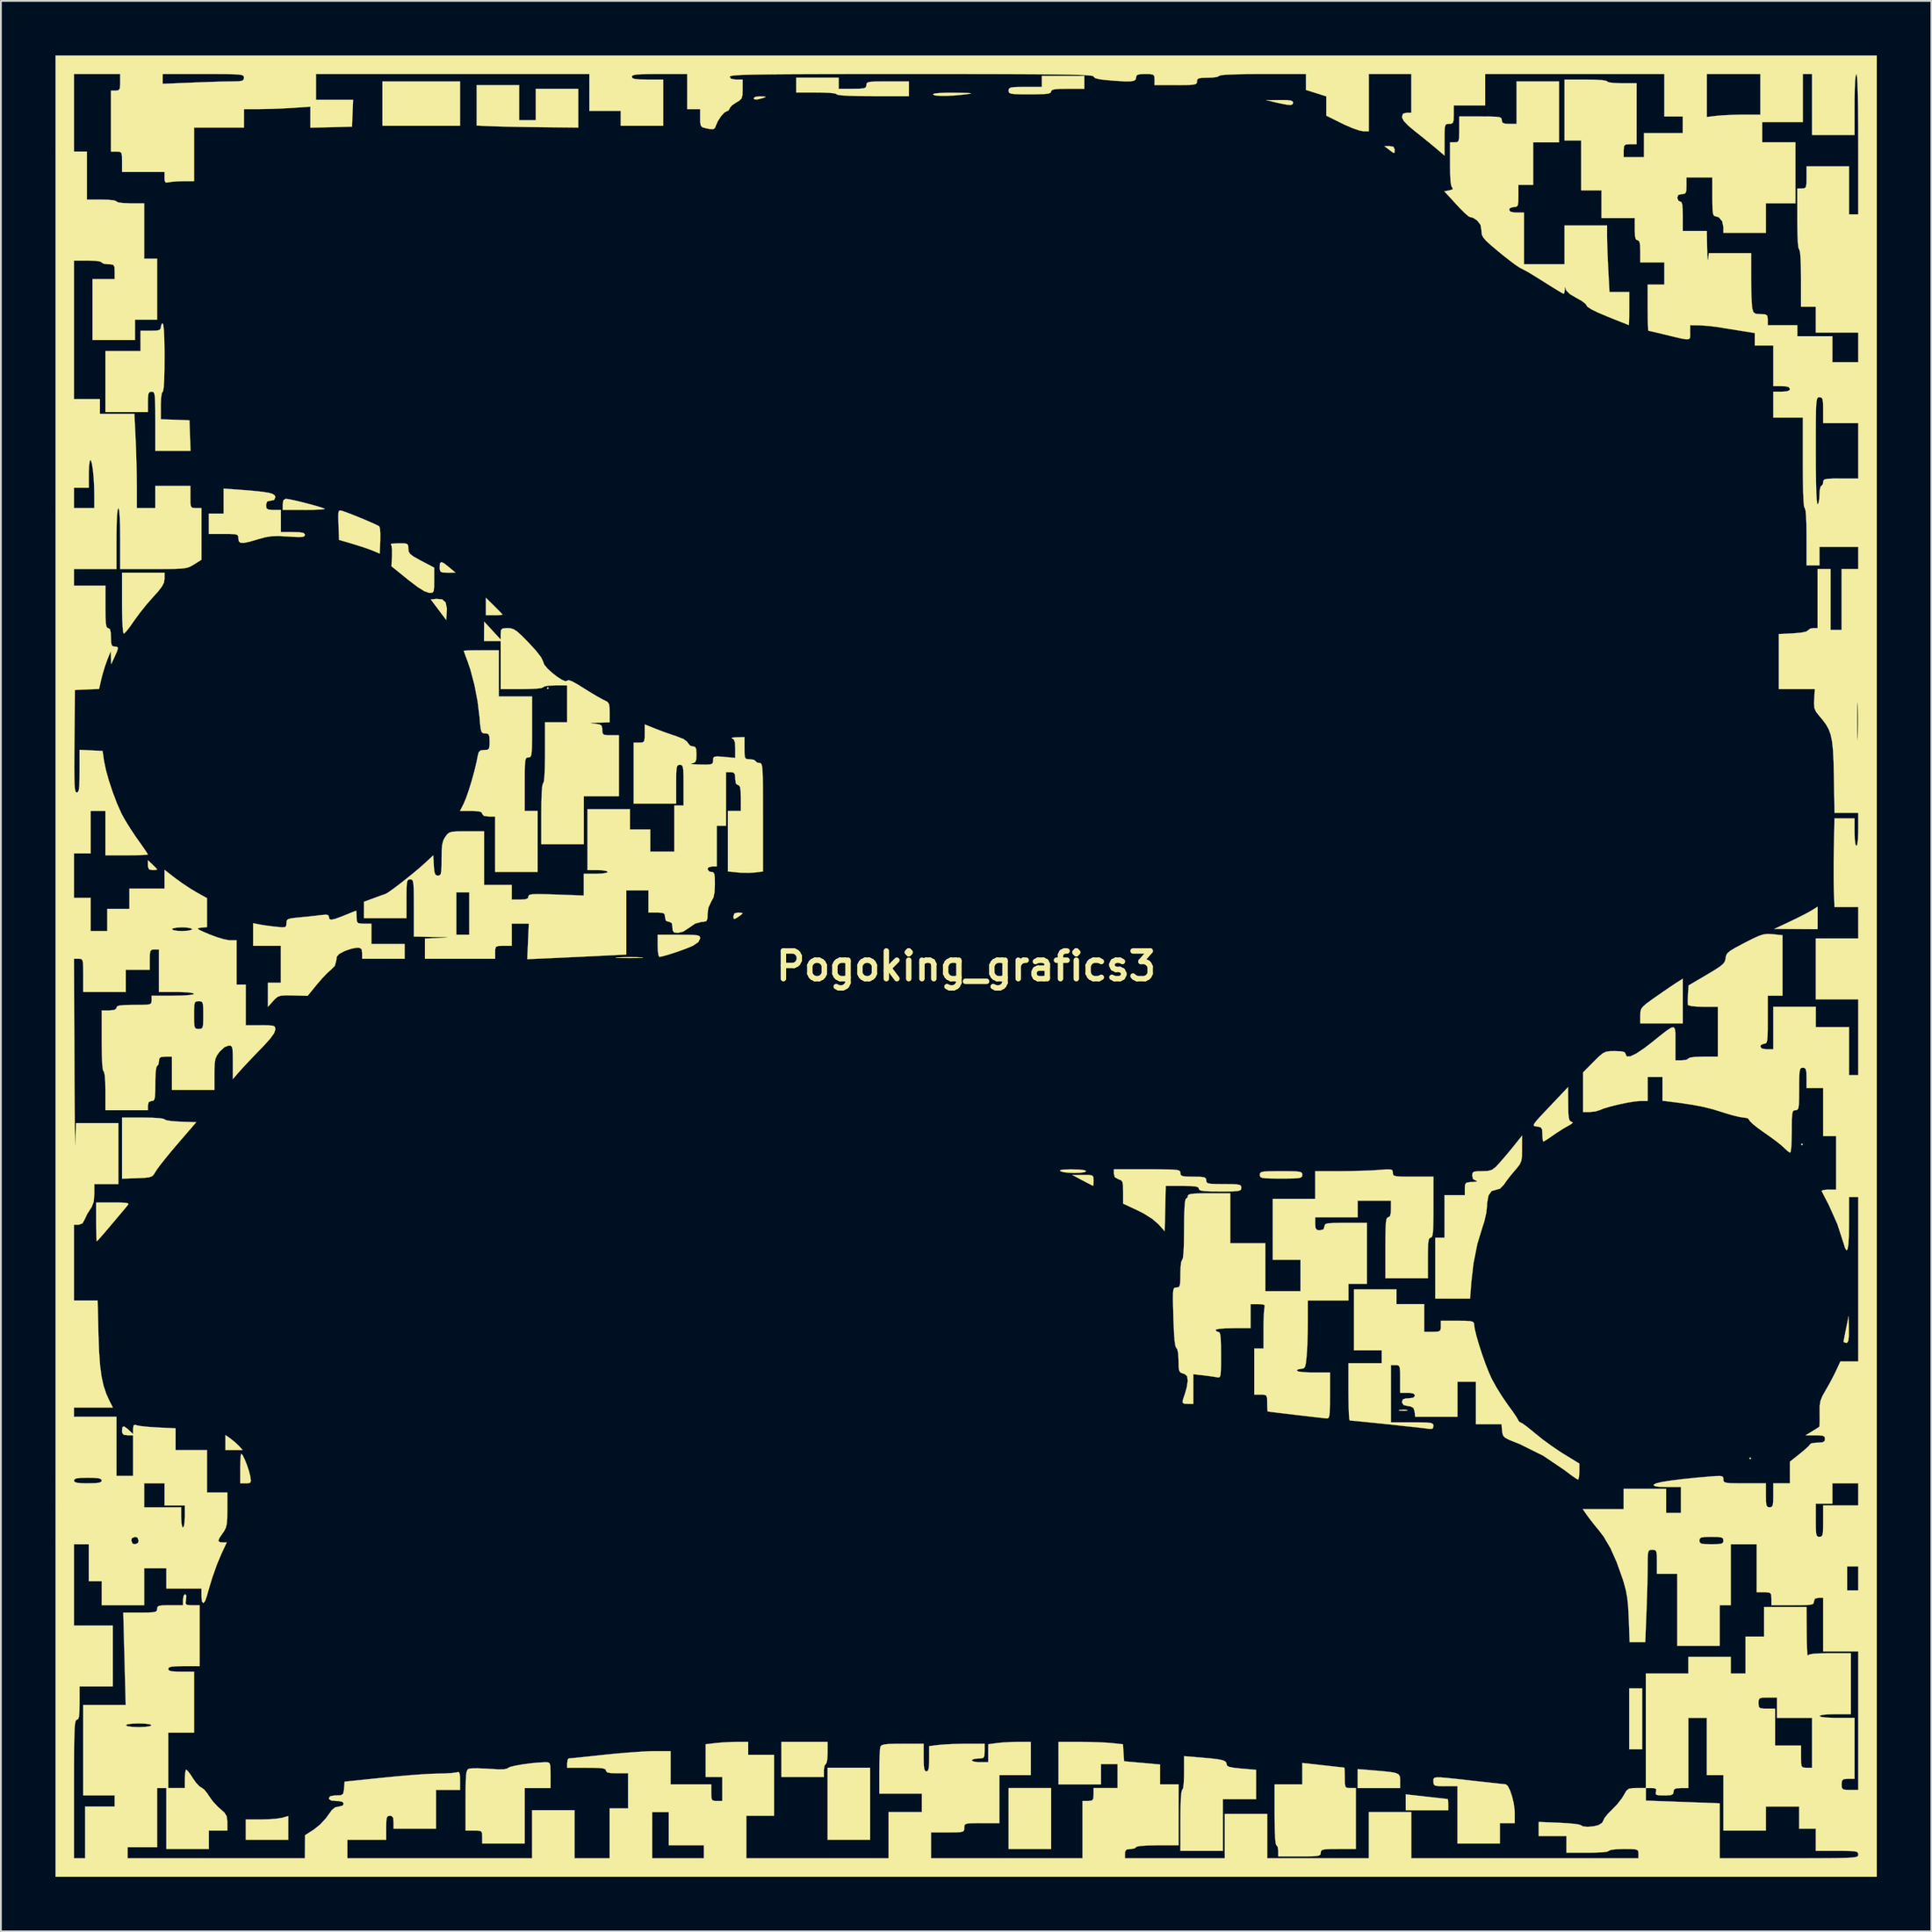
<source format=kicad_pcb>
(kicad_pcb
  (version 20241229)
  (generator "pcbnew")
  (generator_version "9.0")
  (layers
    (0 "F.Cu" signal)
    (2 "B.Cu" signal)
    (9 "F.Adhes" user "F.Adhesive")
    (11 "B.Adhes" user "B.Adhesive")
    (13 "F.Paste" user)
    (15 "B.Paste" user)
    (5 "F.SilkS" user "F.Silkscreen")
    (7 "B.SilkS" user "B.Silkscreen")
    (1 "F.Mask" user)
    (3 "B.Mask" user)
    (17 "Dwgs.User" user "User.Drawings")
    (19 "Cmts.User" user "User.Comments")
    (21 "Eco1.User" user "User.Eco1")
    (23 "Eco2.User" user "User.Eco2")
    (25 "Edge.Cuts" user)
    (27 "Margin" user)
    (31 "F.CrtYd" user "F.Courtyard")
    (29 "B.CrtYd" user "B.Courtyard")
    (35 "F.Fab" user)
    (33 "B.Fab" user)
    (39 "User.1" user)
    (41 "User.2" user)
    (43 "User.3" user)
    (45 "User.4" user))
  (footprint "Pogoking_grafics3"
    (layer "F.Cu")
    (at 50.094 50.094)
    (property "Reference" "Pogoking_grafics3" (at 0 0 0) (layer "F.SilkS") (effects (font (size 1.524 1.524) (thickness 0.3))))
    (attr through_hole)
    (fp_poly (pts (xy -27.838 -46.228) (xy -32.106 -46.228) (xy -32.106 -48.666) (xy -27.838 -48.666) (xy -27.838 -46.228)) (stroke (width 0.01) (type solid)) (fill yes) (layer "F.SilkS"))
    (fp_poly (pts (xy -22.962 -15.291) (xy -23.012 -15.24) (xy -23.063 -15.291) (xy -23.012 -15.342) (xy -22.962 -15.291)) (stroke (width 0.01) (type solid)) (fill yes) (layer "F.SilkS"))
    (fp_poly (pts (xy -5.283 48.057) (xy -7.62 48.057) (xy -7.62 44.094) (xy -5.283 44.094) (xy -5.283 48.057)) (stroke (width 0.01) (type solid)) (fill yes) (layer "F.SilkS"))
    (fp_poly (pts (xy 4.674 48.565) (xy 2.337 48.565) (xy 2.337 45.212) (xy 4.674 45.212) (xy 4.674 48.565)) (stroke (width 0.01) (type solid)) (fill yes) (layer "F.SilkS"))
    (fp_poly (pts (xy 37.186 43.078) (xy 36.474 43.078) (xy 36.474 39.726) (xy 37.186 39.726) (xy 37.186 43.078)) (stroke (width 0.01) (type solid)) (fill yes) (layer "F.SilkS"))
    (fp_poly (pts (xy 43.18 27.076) (xy 43.129 27.127) (xy 43.078 27.076) (xy 43.129 27.026) (xy 43.18 27.076)) (stroke (width 0.01) (type solid)) (fill yes) (layer "F.SilkS"))
    (fp_poly (pts (xy 46.025 9.804) (xy 45.974 9.855) (xy 45.923 9.804) (xy 45.974 9.754) (xy 46.025 9.804)) (stroke (width 0.01) (type solid)) (fill yes) (layer "F.SilkS"))
    (fp_poly (pts (xy -40.462 25.992) (xy -40.199 26.203) (xy -39.989 26.405) (xy -39.796 26.619) (xy -40.742 26.619) (xy -40.742 25.793) (xy -40.462 25.992)) (stroke (width 0.01) (type solid)) (fill yes) (layer "F.SilkS"))
    (fp_poly (pts (xy -28.819 -20.173) (xy -28.632 -20.003) (xy -28.564 -19.676) (xy -28.569 -19.493) (xy -28.6 -19.042) (xy -29.024 -19.605) (xy -29.447 -20.168) (xy -29.137 -20.201) (xy -28.819 -20.173)) (stroke (width 0.01) (type solid)) (fill yes) (layer "F.SilkS"))
    (fp_poly (pts (xy 24.258 24.416) (xy 24.282 24.443) (xy 24.136 24.459) (xy 24.028 24.46) (xy 23.832 24.45) (xy 23.802 24.427) (xy 23.852 24.414) (xy 24.117 24.397) (xy 24.258 24.416)) (stroke (width 0.01) (type solid)) (fill yes) (layer "F.SilkS"))
    (fp_poly (pts (xy 46.838 -2.032) (xy 44.45 -2.047) (xy 45.309 -2.45) (xy 45.734 -2.655) (xy 46.128 -2.855) (xy 46.427 -3.016) (xy 46.502 -3.061) (xy 46.838 -3.268) (xy 46.838 -2.032)) (stroke (width 0.01) (type solid)) (fill yes) (layer "F.SilkS"))
    (fp_poly (pts (xy -37.287 48.057) (xy -39.624 48.057) (xy -39.624 46.939) (xy -38.785 46.939) (xy -38.345 46.928) (xy -37.942 46.897) (xy -37.653 46.854) (xy -37.617 46.845) (xy -37.287 46.75) (xy -37.287 48.057)) (stroke (width 0.01) (type solid)) (fill yes) (layer "F.SilkS"))
    (fp_poly (pts (xy -25.959 -19.812) (xy -25.722 -19.575) (xy -25.557 -19.402) (xy -25.502 -19.334) (xy -25.593 -19.316) (xy -25.822 -19.305) (xy -25.959 -19.304) (xy -26.416 -19.304) (xy -26.416 -20.261) (xy -25.959 -19.812)) (stroke (width 0.01) (type solid)) (fill yes) (layer "F.SilkS"))
    (fp_poly (pts (xy -12.356 -2.933) (xy -12.294 -2.907) (xy -12.369 -2.83) (xy -12.548 -2.702) (xy -12.726 -2.596) (xy -12.792 -2.615) (xy -12.802 -2.741) (xy -12.743 -2.902) (xy -12.548 -2.946) (xy -12.356 -2.933)) (stroke (width 0.01) (type solid)) (fill yes) (layer "F.SilkS"))
    (fp_poly (pts (xy 23.503 -45.072) (xy 23.57 -44.934) (xy 23.571 -44.907) (xy 23.566 -44.756) (xy 23.517 -44.727) (xy 23.376 -44.822) (xy 23.266 -44.907) (xy 23.012 -45.106) (xy 23.292 -45.108) (xy 23.503 -45.072)) (stroke (width 0.01) (type solid)) (fill yes) (layer "F.SilkS"))
    (fp_poly (pts (xy -44.755 -5.588) (xy -44.584 -5.419) (xy -44.502 -5.321) (xy -44.501 -5.316) (xy -44.588 -5.291) (xy -44.755 -5.283) (xy -44.944 -5.322) (xy -45.006 -5.477) (xy -45.009 -5.555) (xy -45.009 -5.827) (xy -44.755 -5.588)) (stroke (width 0.01) (type solid)) (fill yes) (layer "F.SilkS"))
    (fp_poly (pts (xy -28.715 -22.157) (xy -28.448 -21.946) (xy -28.092 -21.646) (xy -28.524 -21.644) (xy -28.795 -21.652) (xy -28.92 -21.708) (xy -28.955 -21.852) (xy -28.956 -21.946) (xy -28.94 -22.158) (xy -28.87 -22.228) (xy -28.715 -22.157)) (stroke (width 0.01) (type solid)) (fill yes) (layer "F.SilkS"))
    (fp_poly (pts (xy -11.303 -47.843) (xy -11.073 -47.832) (xy -11.029 -47.808) (xy -11.154 -47.759) (xy -11.176 -47.752) (xy -11.493 -47.671) (xy -11.653 -47.685) (xy -11.684 -47.752) (xy -11.594 -47.815) (xy -11.372 -47.844) (xy -11.303 -47.843)) (stroke (width 0.01) (type solid)) (fill yes) (layer "F.SilkS"))
    (fp_poly (pts (xy -7.62 43.282) (xy -7.635 43.606) (xy -7.676 43.826) (xy -7.722 43.891) (xy -7.789 43.981) (xy -7.822 44.2) (xy -7.823 44.247) (xy -7.823 44.602) (xy -10.16 44.602) (xy -10.16 42.672) (xy -7.62 42.672) (xy -7.62 43.282)) (stroke (width 0.01) (type solid)) (fill yes) (layer "F.SilkS"))
    (fp_poly (pts (xy 17.64 -47.638) (xy 17.868 -47.611) (xy 17.968 -47.554) (xy 17.983 -47.498) (xy 17.956 -47.406) (xy 17.852 -47.369) (xy 17.636 -47.385) (xy 17.274 -47.456) (xy 17.069 -47.502) (xy 16.51 -47.631) (xy 17.247 -47.641) (xy 17.64 -47.638)) (stroke (width 0.01) (type solid)) (fill yes) (layer "F.SilkS"))
    (fp_poly (pts (xy 22.377 44.238) (xy 22.956 44.287) (xy 23.362 44.332) (xy 23.627 44.384) (xy 23.78 44.454) (xy 23.853 44.555) (xy 23.875 44.698) (xy 23.876 44.817) (xy 23.876 45.212) (xy 21.539 45.212) (xy 21.539 44.17) (xy 22.377 44.238)) (stroke (width 0.01) (type solid)) (fill yes) (layer "F.SilkS"))
    (fp_poly (pts (xy 25.324 45.686) (xy 25.78 45.736) (xy 26.155 45.778) (xy 26.406 45.806) (xy 26.492 45.817) (xy 26.51 45.909) (xy 26.518 46.124) (xy 26.518 46.126) (xy 26.518 46.431) (xy 24.181 46.431) (xy 24.181 45.559) (xy 25.324 45.686)) (stroke (width 0.01) (type solid)) (fill yes) (layer "F.SilkS"))
    (fp_poly (pts (xy 48.555 19.99) (xy 48.552 20.383) (xy 48.526 20.611) (xy 48.468 20.711) (xy 48.412 20.726) (xy 48.281 20.685) (xy 48.266 20.65) (xy 48.289 20.518) (xy 48.341 20.247) (xy 48.409 19.914) (xy 48.545 19.253) (xy 48.555 19.99)) (stroke (width 0.01) (type solid)) (fill yes) (layer "F.SilkS"))
    (fp_poly (pts (xy -18.158 -0.492) (xy -17.903 -0.481) (xy -17.775 -0.468) (xy -17.833 -0.457) (xy -18.059 -0.449) (xy -18.435 -0.445) (xy -18.542 -0.445) (xy -18.944 -0.448) (xy -19.195 -0.455) (xy -19.279 -0.465) (xy -19.178 -0.478) (xy -19.122 -0.482) (xy -18.655 -0.496) (xy -18.158 -0.492)) (stroke (width 0.01) (type solid)) (fill yes) (layer "F.SilkS"))
    (fp_poly (pts (xy 6.755 11.487) (xy 6.929 11.516) (xy 6.998 11.597) (xy 7.01 11.756) (xy 7.01 11.786) (xy 7.003 11.998) (xy 6.985 12.086) (xy 6.985 12.086) (xy 6.889 12.04) (xy 6.665 11.924) (xy 6.401 11.786) (xy 5.842 11.49) (xy 6.426 11.486) (xy 6.755 11.487)) (stroke (width 0.01) (type solid)) (fill yes) (layer "F.SilkS"))
    (fp_poly (pts (xy -24.587 -46.533) (xy -23.673 -46.533) (xy -23.673 -48.26) (xy -21.336 -48.26) (xy -21.336 -46.126) (xy -23.343 -46.147) (xy -24.025 -46.155) (xy -24.695 -46.166) (xy -25.307 -46.178) (xy -25.809 -46.191) (xy -26.137 -46.202) (xy -26.924 -46.237) (xy -26.924 -48.463) (xy -24.587 -48.463) (xy -24.587 -46.533)) (stroke (width 0.01) (type solid)) (fill yes) (layer "F.SilkS"))
    (fp_poly (pts (xy 39.421 3.15) (xy 37.084 3.15) (xy 37.084 2.718) (xy 37.091 2.518) (xy 37.13 2.365) (xy 37.232 2.222) (xy 37.429 2.053) (xy 37.749 1.819) (xy 37.922 1.697) (xy 38.32 1.42) (xy 38.694 1.164) (xy 38.987 0.967) (xy 39.091 0.9) (xy 39.421 0.691) (xy 39.421 3.15)) (stroke (width 0.01) (type solid)) (fill yes) (layer "F.SilkS"))
    (fp_poly (pts (xy 6.211 11.189) (xy 6.486 11.222) (xy 6.603 11.271) (xy 6.604 11.278) (xy 6.513 11.332) (xy 6.282 11.365) (xy 5.972 11.376) (xy 5.644 11.365) (xy 5.361 11.333) (xy 5.184 11.279) (xy 5.182 11.278) (xy 5.171 11.225) (xy 5.344 11.192) (xy 5.707 11.178) (xy 5.817 11.178) (xy 6.211 11.189)) (stroke (width 0.01) (type solid)) (fill yes) (layer "F.SilkS"))
    (fp_poly (pts (xy -39.794 26.91) (xy -39.682 27.136) (xy -39.56 27.44) (xy -39.452 27.765) (xy -39.379 28.053) (xy -39.377 28.067) (xy -39.344 28.315) (xy -39.387 28.422) (xy -39.544 28.447) (xy -39.619 28.448) (xy -39.929 28.448) (xy -39.929 27.635) (xy -39.922 27.258) (xy -39.905 26.973) (xy -39.88 26.831) (xy -39.872 26.822) (xy -39.794 26.91)) (stroke (width 0.01) (type solid)) (fill yes) (layer "F.SilkS"))
    (fp_poly (pts (xy -0.635 -48.042) (xy -0.149 -48.034) (xy 0.147 -48.025) (xy 0.269 -48.011) (xy 0.231 -47.992) (xy 0.046 -47.964) (xy -0.051 -47.951) (xy -0.579 -47.898) (xy -1.058 -47.871) (xy -1.451 -47.871) (xy -1.72 -47.897) (xy -1.828 -47.95) (xy -1.829 -47.955) (xy -1.731 -48) (xy -1.451 -48.029) (xy -1.011 -48.043) (xy -0.635 -48.042)) (stroke (width 0.01) (type solid)) (fill yes) (layer "F.SilkS"))
    (fp_poly (pts (xy -37.232 -25.68) (xy -36.926 -25.616) (xy -36.544 -25.524) (xy -36.137 -25.42) (xy -35.759 -25.316) (xy -35.461 -25.226) (xy -35.295 -25.164) (xy -35.28 -25.154) (xy -35.351 -25.131) (xy -35.588 -25.112) (xy -35.954 -25.1) (xy -36.407 -25.095) (xy -37.592 -25.095) (xy -37.592 -25.4) (xy -37.557 -25.628) (xy -37.434 -25.704) (xy -37.409 -25.705) (xy -37.232 -25.68)) (stroke (width 0.01) (type solid)) (fill yes) (layer "F.SilkS"))
    (fp_poly (pts (xy -46.489 13.007) (xy -46.226 13.02) (xy -46.103 13.049) (xy -46.087 13.103) (xy -46.144 13.183) (xy -46.268 13.33) (xy -46.49 13.594) (xy -46.776 13.934) (xy -47.041 14.249) (xy -47.339 14.601) (xy -47.587 14.887) (xy -47.757 15.076) (xy -47.821 15.138) (xy -47.834 15.044) (xy -47.845 14.788) (xy -47.852 14.413) (xy -47.854 14.072) (xy -47.854 13.005) (xy -46.923 13.005) (xy -46.489 13.007)) (stroke (width 0.01) (type solid)) (fill yes) (layer "F.SilkS"))
    (fp_poly (pts (xy -15.297 -1.725) (xy -14.963 -1.714) (xy -14.764 -1.69) (xy -14.666 -1.645) (xy -14.633 -1.573) (xy -14.63 -1.526) (xy -14.729 -1.326) (xy -15.011 -1.131) (xy -15.265 -1.02) (xy -15.62 -0.885) (xy -16.017 -0.747) (xy -16.399 -0.625) (xy -16.706 -0.539) (xy -16.876 -0.508) (xy -16.924 -0.6) (xy -16.957 -0.84) (xy -16.967 -1.118) (xy -16.967 -1.727) (xy -15.799 -1.727) (xy -15.297 -1.725)) (stroke (width 0.01) (type solid)) (fill yes) (layer "F.SilkS"))
    (fp_poly (pts (xy -44.094 -21.309) (xy -44.124 -21.107) (xy -44.23 -20.891) (xy -44.439 -20.618) (xy -44.71 -20.318) (xy -45.071 -19.907) (xy -45.446 -19.439) (xy -45.761 -19.009) (xy -45.784 -18.974) (xy -46.008 -18.655) (xy -46.198 -18.416) (xy -46.319 -18.295) (xy -46.337 -18.288) (xy -46.37 -18.385) (xy -46.397 -18.655) (xy -46.418 -19.069) (xy -46.429 -19.598) (xy -46.431 -19.964) (xy -46.431 -21.641) (xy -44.094 -21.641) (xy -44.094 -21.309)) (stroke (width 0.01) (type solid)) (fill yes) (layer "F.SilkS"))
    (fp_poly (pts (xy -44.771 8.339) (xy -44.392 8.362) (xy -44.157 8.395) (xy -44.094 8.429) (xy -44.001 8.476) (xy -43.75 8.518) (xy -43.389 8.548) (xy -43.222 8.556) (xy -42.349 8.585) (xy -43.373 9.773) (xy -43.746 10.213) (xy -44.084 10.627) (xy -44.359 10.977) (xy -44.541 11.228) (xy -44.584 11.297) (xy -44.684 11.463) (xy -44.791 11.564) (xy -44.954 11.62) (xy -45.225 11.647) (xy -45.601 11.663) (xy -46.431 11.692) (xy -46.431 8.331) (xy -45.263 8.331) (xy -44.771 8.339)) (stroke (width 0.01) (type solid)) (fill yes) (layer "F.SilkS"))
    (fp_poly (pts (xy -34.32 -25.041) (xy -34.077 -24.957) (xy -33.735 -24.825) (xy -33.343 -24.667) (xy -32.952 -24.503) (xy -32.61 -24.354) (xy -32.368 -24.24) (xy -32.279 -24.188) (xy -32.242 -24.054) (xy -32.224 -23.777) (xy -32.227 -23.415) (xy -32.228 -23.401) (xy -32.258 -22.692) (xy -32.614 -22.844) (xy -32.889 -22.948) (xy -33.279 -23.08) (xy -33.702 -23.212) (xy -33.731 -23.221) (xy -34.493 -23.446) (xy -34.523 -24.279) (xy -34.535 -24.687) (xy -34.53 -24.93) (xy -34.497 -25.044) (xy -34.427 -25.067) (xy -34.32 -25.041)) (stroke (width 0.01) (type solid)) (fill yes) (layer "F.SilkS"))
    (fp_poly (pts (xy 17.825 11.28) (xy 18.158 11.29) (xy 18.357 11.315) (xy 18.456 11.36) (xy 18.489 11.431) (xy 18.491 11.481) (xy 18.479 11.568) (xy 18.419 11.626) (xy 18.277 11.661) (xy 18.018 11.678) (xy 17.608 11.684) (xy 17.323 11.684) (xy 16.821 11.682) (xy 16.488 11.671) (xy 16.289 11.647) (xy 16.19 11.602) (xy 16.157 11.53) (xy 16.154 11.481) (xy 16.167 11.393) (xy 16.227 11.336) (xy 16.369 11.301) (xy 16.628 11.284) (xy 17.037 11.278) (xy 17.323 11.278) (xy 17.825 11.28)) (stroke (width 0.01) (type solid)) (fill yes) (layer "F.SilkS"))
    (fp_poly (pts (xy 6.502 -48.26) (xy 5.588 -48.26) (xy 5.142 -48.254) (xy 4.864 -48.232) (xy 4.72 -48.189) (xy 4.674 -48.119) (xy 4.674 -48.108) (xy 4.642 -48.041) (xy 4.528 -47.996) (xy 4.298 -47.97) (xy 3.921 -47.958) (xy 3.505 -47.955) (xy 3.003 -47.957) (xy 2.67 -47.968) (xy 2.471 -47.993) (xy 2.372 -48.038) (xy 2.339 -48.109) (xy 2.337 -48.158) (xy 2.352 -48.255) (xy 2.424 -48.315) (xy 2.59 -48.347) (xy 2.891 -48.36) (xy 3.251 -48.362) (xy 4.166 -48.362) (xy 4.166 -48.971) (xy 6.502 -48.971) (xy 6.502 -48.26)) (stroke (width 0.01) (type solid)) (fill yes) (layer "F.SilkS"))
    (fp_poly (pts (xy -30.906 -23.257) (xy -30.748 -23.223) (xy -30.691 -23.128) (xy -30.683 -22.967) (xy -30.664 -22.806) (xy -30.583 -22.673) (xy -30.403 -22.534) (xy -30.085 -22.354) (xy -29.972 -22.294) (xy -29.261 -21.92) (xy -29.261 -21.222) (xy -29.264 -20.855) (xy -29.285 -20.647) (xy -29.342 -20.553) (xy -29.453 -20.531) (xy -29.54 -20.533) (xy -29.789 -20.616) (xy -30.17 -20.853) (xy -30.683 -21.244) (xy -30.715 -21.27) (xy -31.611 -21.996) (xy -31.579 -22.581) (xy -31.578 -22.907) (xy -31.608 -23.136) (xy -31.648 -23.208) (xy -31.616 -23.232) (xy -31.426 -23.251) (xy -31.217 -23.258) (xy -30.906 -23.257)) (stroke (width 0.01) (type solid)) (fill yes) (layer "F.SilkS"))
    (fp_poly (pts (xy -7.01 -48.26) (xy -6.248 -48.26) (xy -5.859 -48.265) (xy -5.63 -48.287) (xy -5.521 -48.337) (xy -5.488 -48.427) (xy -5.486 -48.463) (xy -5.474 -48.551) (xy -5.414 -48.608) (xy -5.272 -48.643) (xy -5.013 -48.66) (xy -4.604 -48.666) (xy -4.318 -48.666) (xy -3.15 -48.666) (xy -3.15 -47.854) (xy -5.131 -47.854) (xy -5.866 -47.859) (xy -6.443 -47.874) (xy -6.848 -47.898) (xy -7.071 -47.93) (xy -7.112 -47.955) (xy -7.209 -48.001) (xy -7.483 -48.035) (xy -7.908 -48.053) (xy -8.23 -48.057) (xy -9.347 -48.057) (xy -9.347 -48.87) (xy -7.01 -48.87) (xy -7.01 -48.26)) (stroke (width 0.01) (type solid)) (fill yes) (layer "F.SilkS"))
    (fp_poly (pts (xy 12.876 43.529) (xy 13.453 43.58) (xy 13.857 43.629) (xy 14.117 43.683) (xy 14.261 43.75) (xy 14.319 43.836) (xy 14.326 43.891) (xy 14.357 43.984) (xy 14.477 44.048) (xy 14.723 44.096) (xy 15.133 44.139) (xy 15.138 44.139) (xy 15.951 44.21) (xy 15.951 45.822) (xy 14.122 45.822) (xy 14.122 48.666) (xy 11.786 48.666) (xy 11.786 46.99) (xy 11.792 46.329) (xy 11.809 45.821) (xy 11.837 45.48) (xy 11.874 45.323) (xy 11.887 45.314) (xy 11.936 45.218) (xy 11.97 44.951) (xy 11.988 44.548) (xy 11.989 44.385) (xy 11.989 43.457) (xy 12.876 43.529)) (stroke (width 0.01) (type solid)) (fill yes) (layer "F.SilkS"))
    (fp_poly (pts (xy 33.117 7.587) (xy 33.124 8.034) (xy 33.145 8.317) (xy 33.187 8.474) (xy 33.257 8.544) (xy 33.299 8.557) (xy 33.372 8.605) (xy 33.277 8.693) (xy 33.122 8.781) (xy 32.83 8.949) (xy 32.478 9.175) (xy 32.283 9.309) (xy 32.016 9.493) (xy 31.82 9.618) (xy 31.75 9.652) (xy 31.718 9.562) (xy 31.7 9.337) (xy 31.699 9.252) (xy 31.685 8.992) (xy 31.612 8.87) (xy 31.434 8.825) (xy 31.393 8.82) (xy 31.278 8.804) (xy 31.221 8.767) (xy 31.237 8.688) (xy 31.341 8.543) (xy 31.547 8.309) (xy 31.87 7.964) (xy 32.1 7.722) (xy 33.111 6.655) (xy 33.117 7.587)) (stroke (width 0.01) (type solid)) (fill yes) (layer "F.SilkS"))
    (fp_poly (pts (xy 26.097 44.625) (xy 26.421 44.651) (xy 26.887 44.699) (xy 27.518 44.77) (xy 27.838 44.806) (xy 28.419 44.87) (xy 28.928 44.926) (xy 29.332 44.97) (xy 29.597 44.998) (xy 29.688 45.007) (xy 29.799 45.102) (xy 29.92 45.344) (xy 30.033 45.682) (xy 30.123 46.06) (xy 30.171 46.426) (xy 30.175 46.546) (xy 30.175 47.142) (xy 29.362 47.142) (xy 29.362 48.26) (xy 27.026 48.26) (xy 27.026 45.11) (xy 26.365 45.11) (xy 26.01 45.106) (xy 25.812 45.081) (xy 25.726 45.017) (xy 25.705 44.898) (xy 25.705 44.856) (xy 25.704 44.76) (xy 25.717 44.69) (xy 25.77 44.644) (xy 25.888 44.623) (xy 26.097 44.625)) (stroke (width 0.01) (type solid)) (fill yes) (layer "F.SilkS"))
    (fp_poly (pts (xy -22.994 43.798) (xy -22.91 43.851) (xy -22.872 43.993) (xy -22.861 44.269) (xy -22.86 44.501) (xy -22.86 45.212) (xy -24.282 45.212) (xy -24.282 48.26) (xy -26.619 48.26) (xy -26.619 47.904) (xy -26.629 47.686) (xy -26.695 47.582) (xy -26.873 47.551) (xy -27.076 47.549) (xy -27.534 47.549) (xy -27.534 45.883) (xy -27.532 45.259) (xy -27.523 44.809) (xy -27.506 44.503) (xy -27.477 44.312) (xy -27.433 44.206) (xy -27.371 44.156) (xy -27.361 44.151) (xy -27.187 44.129) (xy -26.867 44.126) (xy -26.455 44.141) (xy -26.233 44.155) (xy -25.731 44.183) (xy -25.407 44.177) (xy -25.236 44.136) (xy -25.204 44.107) (xy -25.079 44.047) (xy -24.801 43.98) (xy -24.422 43.913) (xy -23.993 43.854) (xy -23.564 43.811) (xy -23.186 43.791) (xy -23.139 43.79) (xy -22.994 43.798)) (stroke (width 0.01) (type solid)) (fill yes) (layer "F.SilkS"))
    (fp_poly (pts (xy 19.634 43.958) (xy 20.091 44.009) (xy 20.465 44.051) (xy 20.716 44.079) (xy 20.803 44.089) (xy 20.817 44.184) (xy 20.826 44.424) (xy 20.828 44.653) (xy 20.833 44.973) (xy 20.867 45.139) (xy 20.956 45.202) (xy 21.128 45.212) (xy 21.133 45.212) (xy 21.438 45.212) (xy 21.438 48.565) (xy 20.472 48.565) (xy 20.024 48.568) (xy 19.741 48.582) (xy 19.585 48.616) (xy 19.52 48.677) (xy 19.507 48.768) (xy 19.495 48.855) (xy 19.435 48.913) (xy 19.293 48.948) (xy 19.034 48.965) (xy 18.624 48.971) (xy 18.339 48.971) (xy 17.17 48.971) (xy 17.17 48.666) (xy 17.141 48.452) (xy 17.07 48.362) (xy 17.069 48.362) (xy 17.029 48.263) (xy 16.998 47.976) (xy 16.977 47.517) (xy 16.968 46.901) (xy 16.967 46.685) (xy 16.967 45.009) (xy 18.491 45.009) (xy 18.491 43.832) (xy 19.634 43.958)) (stroke (width 0.01) (type solid)) (fill yes) (layer "F.SilkS"))
    (fp_poly (pts (xy -44.158 -35.257) (xy -44.128 -34.968) (xy -44.107 -34.502) (xy -44.096 -33.872) (xy -44.094 -33.477) (xy -44.1 -32.766) (xy -44.115 -32.212) (xy -44.141 -31.827) (xy -44.175 -31.626) (xy -44.196 -31.598) (xy -44.247 -31.503) (xy -44.283 -31.247) (xy -44.298 -30.873) (xy -44.298 -30.84) (xy -44.298 -30.082) (xy -42.723 -30.023) (xy -42.693 -29.185) (xy -42.664 -28.346) (xy -44.602 -28.346) (xy -44.602 -29.972) (xy -44.604 -30.58) (xy -44.61 -31.014) (xy -44.624 -31.303) (xy -44.651 -31.477) (xy -44.693 -31.564) (xy -44.755 -31.595) (xy -44.806 -31.598) (xy -44.923 -31.573) (xy -44.984 -31.468) (xy -45.007 -31.235) (xy -45.009 -31.039) (xy -45.009 -30.48) (xy -47.346 -30.48) (xy -47.346 -33.833) (xy -45.415 -33.833) (xy -45.415 -34.95) (xy -44.856 -34.95) (xy -44.533 -34.959) (xy -44.365 -34.997) (xy -44.304 -35.082) (xy -44.298 -35.154) (xy -44.255 -35.319) (xy -44.196 -35.357) (xy -44.158 -35.257)) (stroke (width 0.01) (type solid)) (fill yes) (layer "F.SilkS"))
    (fp_poly (pts (xy -39.902 -26.2) (xy -39.22 -26.145) (xy -38.717 -26.093) (xy -38.367 -26.038) (xy -38.148 -25.974) (xy -38.033 -25.896) (xy -37.998 -25.799) (xy -37.998 -25.795) (xy -38.065 -25.643) (xy -38.252 -25.603) (xy -38.446 -25.561) (xy -38.505 -25.396) (xy -38.506 -25.349) (xy -38.484 -25.186) (xy -38.38 -25.113) (xy -38.135 -25.095) (xy -38.1 -25.095) (xy -37.694 -25.095) (xy -37.694 -23.876) (xy -37.033 -23.876) (xy -36.664 -23.866) (xy -36.458 -23.83) (xy -36.378 -23.76) (xy -36.373 -23.722) (xy -36.4 -23.65) (xy -36.505 -23.611) (xy -36.724 -23.602) (xy -37.093 -23.618) (xy -37.313 -23.633) (xy -37.818 -23.658) (xy -38.203 -23.647) (xy -38.549 -23.592) (xy -38.937 -23.486) (xy -38.949 -23.482) (xy -39.422 -23.344) (xy -39.737 -23.279) (xy -39.922 -23.289) (xy -40.01 -23.374) (xy -40.03 -23.52) (xy -40.039 -23.646) (xy -40.093 -23.722) (xy -40.233 -23.76) (xy -40.501 -23.773) (xy -40.843 -23.774) (xy -41.656 -23.774) (xy -41.656 -24.892) (xy -40.843 -24.892) (xy -40.843 -26.269) (xy -39.902 -26.2)) (stroke (width 0.01) (type solid)) (fill yes) (layer "F.SilkS"))
    (fp_poly (pts (xy 30.582 10.055) (xy 30.576 10.443) (xy 30.541 10.702) (xy 30.453 10.904) (xy 30.285 11.124) (xy 30.167 11.26) (xy 29.912 11.565) (xy 29.691 11.856) (xy 29.586 12.012) (xy 29.364 12.244) (xy 29.174 12.294) (xy 28.903 12.373) (xy 28.732 12.617) (xy 28.658 13.033) (xy 28.654 13.171) (xy 28.611 13.58) (xy 28.5 14.057) (xy 28.405 14.345) (xy 28.118 15.286) (xy 27.905 16.369) (xy 27.788 17.399) (xy 27.719 18.288) (xy 25.806 18.288) (xy 25.806 14.935) (xy 26.314 14.935) (xy 26.314 12.598) (xy 27.432 12.598) (xy 27.432 12.243) (xy 27.444 12.019) (xy 27.516 11.915) (xy 27.707 11.88) (xy 27.864 11.873) (xy 28.072 11.857) (xy 28.118 11.831) (xy 28.067 11.815) (xy 27.882 11.71) (xy 27.838 11.525) (xy 27.854 11.382) (xy 27.936 11.308) (xy 28.132 11.281) (xy 28.384 11.278) (xy 28.706 11.266) (xy 28.923 11.206) (xy 29.117 11.06) (xy 29.324 10.841) (xy 29.61 10.513) (xy 29.935 10.126) (xy 30.15 9.862) (xy 30.582 9.32) (xy 30.582 10.055)) (stroke (width 0.01) (type solid)) (fill yes) (layer "F.SilkS"))
    (fp_poly (pts (xy 10.607 11.177) (xy 11.081 11.182) (xy 11.408 11.194) (xy 11.614 11.216) (xy 11.727 11.251) (xy 11.775 11.303) (xy 11.786 11.373) (xy 11.786 11.379) (xy 11.805 11.486) (xy 11.891 11.547) (xy 12.089 11.575) (xy 12.44 11.582) (xy 12.497 11.582) (xy 12.871 11.588) (xy 13.085 11.613) (xy 13.183 11.669) (xy 13.208 11.769) (xy 13.208 11.786) (xy 13.223 11.88) (xy 13.291 11.94) (xy 13.452 11.972) (xy 13.743 11.986) (xy 14.173 11.989) (xy 14.622 11.992) (xy 14.905 12.006) (xy 15.06 12.04) (xy 15.126 12.101) (xy 15.138 12.192) (xy 15.126 12.279) (xy 15.066 12.337) (xy 14.924 12.372) (xy 14.665 12.389) (xy 14.256 12.395) (xy 13.97 12.395) (xy 13.457 12.391) (xy 13.115 12.376) (xy 12.913 12.346) (xy 12.82 12.297) (xy 12.802 12.243) (xy 12.766 12.168) (xy 12.636 12.122) (xy 12.376 12.098) (xy 11.952 12.09) (xy 11.89 12.09) (xy 10.979 12.09) (xy 10.922 14.58) (xy 10.576 14.194) (xy 10.247 13.909) (xy 9.782 13.614) (xy 9.433 13.436) (xy 8.636 13.064) (xy 8.636 12.427) (xy 8.63 12.076) (xy 8.599 11.877) (xy 8.524 11.778) (xy 8.386 11.727) (xy 8.382 11.726) (xy 8.178 11.61) (xy 8.128 11.419) (xy 8.128 11.176) (xy 9.957 11.176) (xy 10.607 11.177)) (stroke (width 0.01) (type solid)) (fill yes) (layer "F.SilkS"))
    (fp_poly (pts (xy -25.705 -14.834) (xy -23.876 -14.834) (xy -23.876 -13.157) (xy -23.877 -12.539) (xy -23.883 -12.094) (xy -23.897 -11.796) (xy -23.922 -11.614) (xy -23.962 -11.52) (xy -24.021 -11.485) (xy -24.079 -11.481) (xy -24.158 -11.471) (xy -24.214 -11.419) (xy -24.25 -11.296) (xy -24.27 -11.071) (xy -24.28 -10.713) (xy -24.282 -10.191) (xy -24.282 -10.008) (xy -24.282 -8.534) (xy -23.571 -8.534) (xy -23.571 -5.182) (xy -25.908 -5.182) (xy -25.908 -8.23) (xy -26.264 -8.23) (xy -26.527 -8.263) (xy -26.619 -8.368) (xy -26.619 -8.382) (xy -26.666 -8.47) (xy -26.831 -8.518) (xy -27.154 -8.534) (xy -27.231 -8.534) (xy -27.843 -8.534) (xy -27.637 -8.937) (xy -27.507 -9.246) (xy -27.352 -9.693) (xy -27.192 -10.214) (xy -27.045 -10.749) (xy -26.928 -11.237) (xy -26.876 -11.506) (xy -26.816 -11.758) (xy -26.711 -11.865) (xy -26.513 -11.887) (xy -26.328 -11.901) (xy -26.241 -11.979) (xy -26.214 -12.175) (xy -26.213 -12.344) (xy -26.224 -12.627) (xy -26.276 -12.761) (xy -26.398 -12.8) (xy -26.455 -12.802) (xy -26.572 -12.813) (xy -26.648 -12.874) (xy -26.697 -13.024) (xy -26.734 -13.301) (xy -26.766 -13.691) (xy -26.872 -14.564) (xy -27.046 -15.467) (xy -27.269 -16.313) (xy -27.426 -16.773) (xy -27.539 -17.073) (xy -27.614 -17.283) (xy -27.635 -17.348) (xy -27.541 -17.359) (xy -27.288 -17.368) (xy -26.919 -17.373) (xy -26.67 -17.374) (xy -25.705 -17.374) (xy -25.705 -14.834)) (stroke (width 0.01) (type solid)) (fill yes) (layer "F.SilkS"))
    (fp_poly (pts (xy -33.537 -2.958) (xy -33.528 -2.739) (xy -33.528 -2.692) (xy -33.516 -2.465) (xy -33.44 -2.364) (xy -33.242 -2.338) (xy -33.122 -2.337) (xy -32.715 -2.337) (xy -32.715 -1.219) (xy -30.886 -1.219) (xy -30.886 -0.406) (xy -33.223 -0.406) (xy -33.223 -0.711) (xy -33.249 -0.927) (xy -33.365 -1.006) (xy -33.503 -1.014) (xy -33.769 -0.97) (xy -34.101 -0.863) (xy -34.214 -0.816) (xy -34.485 -0.672) (xy -34.613 -0.53) (xy -34.646 -0.332) (xy -34.646 -0.317) (xy -34.723 -0.018) (xy -34.925 0.186) (xy -35.126 0.363) (xy -35.396 0.644) (xy -35.681 0.971) (xy -35.712 1.01) (xy -36.22 1.632) (xy -37.025 1.613) (xy -37.43 1.608) (xy -37.69 1.625) (xy -37.861 1.681) (xy -38.001 1.791) (xy -38.117 1.917) (xy -38.405 2.238) (xy -38.405 0.914) (xy -37.694 0.914) (xy -37.694 -1.118) (xy -39.218 -1.118) (xy -39.218 -2.362) (xy -38.887 -2.295) (xy -38.596 -2.246) (xy -38.209 -2.194) (xy -37.973 -2.167) (xy -37.645 -2.136) (xy -37.471 -2.145) (xy -37.402 -2.209) (xy -37.389 -2.345) (xy -37.389 -2.36) (xy -37.376 -2.493) (xy -37.31 -2.575) (xy -37.146 -2.626) (xy -36.842 -2.665) (xy -36.652 -2.682) (xy -36.21 -2.726) (xy -35.782 -2.772) (xy -35.484 -2.809) (xy -35.208 -2.833) (xy -35.08 -2.797) (xy -35.052 -2.704) (xy -35.024 -2.59) (xy -34.919 -2.554) (xy -34.705 -2.6) (xy -34.351 -2.73) (xy -34.188 -2.796) (xy -33.873 -2.924) (xy -33.644 -3.015) (xy -33.553 -3.048) (xy -33.537 -2.958)) (stroke (width 0.01) (type solid)) (fill yes) (layer "F.SilkS"))
    (fp_poly (pts (xy -26.056 -18.456) (xy -25.603 -17.964) (xy -25.603 -18.278) (xy -25.587 -18.484) (xy -25.497 -18.572) (xy -25.273 -18.593) (xy -25.219 -18.593) (xy -25.037 -18.58) (xy -24.871 -18.522) (xy -24.684 -18.396) (xy -24.44 -18.173) (xy -24.101 -17.83) (xy -24.051 -17.778) (xy -23.645 -17.332) (xy -23.382 -16.991) (xy -23.27 -16.764) (xy -23.266 -16.731) (xy -23.198 -16.571) (xy -23.019 -16.36) (xy -22.773 -16.133) (xy -22.5 -15.92) (xy -22.244 -15.755) (xy -22.045 -15.671) (xy -21.946 -15.699) (xy -21.946 -15.699) (xy -21.866 -15.732) (xy -21.674 -15.664) (xy -21.352 -15.485) (xy -21.038 -15.289) (xy -20.638 -15.04) (xy -20.272 -14.823) (xy -19.992 -14.669) (xy -19.895 -14.623) (xy -19.728 -14.535) (xy -19.643 -14.411) (xy -19.612 -14.187) (xy -19.609 -13.958) (xy -19.609 -13.411) (xy -20.244 -13.393) (xy -20.552 -13.382) (xy -20.667 -13.369) (xy -20.596 -13.352) (xy -20.447 -13.337) (xy -20.175 -13.3) (xy -20.051 -13.226) (xy -20.016 -13.071) (xy -20.015 -12.999) (xy -20.001 -12.815) (xy -19.923 -12.728) (xy -19.726 -12.702) (xy -19.558 -12.7) (xy -19.101 -12.7) (xy -19.101 -9.347) (xy -21.031 -9.347) (xy -21.031 -6.706) (xy -23.368 -6.706) (xy -23.368 -8.382) (xy -23.362 -9.043) (xy -23.345 -9.551) (xy -23.317 -9.892) (xy -23.279 -10.049) (xy -23.266 -10.058) (xy -23.226 -10.157) (xy -23.196 -10.444) (xy -23.175 -10.903) (xy -23.165 -11.519) (xy -23.165 -11.735) (xy -23.165 -13.411) (xy -21.946 -13.411) (xy -21.946 -15.443) (xy -22.606 -15.443) (xy -22.951 -15.429) (xy -23.187 -15.391) (xy -23.266 -15.342) (xy -23.364 -15.296) (xy -23.64 -15.263) (xy -24.069 -15.244) (xy -24.435 -15.24) (xy -25.603 -15.24) (xy -25.603 -17.882) (xy -26.518 -17.882) (xy -26.51 -18.948) (xy -26.056 -18.456)) (stroke (width 0.01) (type solid)) (fill yes) (layer "F.SilkS"))
    (fp_poly (pts (xy 32.614 -45.314) (xy 31.191 -45.314) (xy 31.191 -42.977) (xy 30.378 -42.977) (xy 30.378 -42.367) (xy 30.373 -42.029) (xy 30.344 -41.847) (xy 30.27 -41.772) (xy 30.133 -41.758) (xy 30.124 -41.758) (xy 29.92 -41.705) (xy 29.87 -41.605) (xy 29.938 -41.499) (xy 30.16 -41.456) (xy 30.277 -41.453) (xy 30.683 -41.453) (xy 30.683 -38.608) (xy 32.918 -38.608) (xy 32.918 -40.742) (xy 35.255 -40.742) (xy 35.255 -40.148) (xy 35.261 -39.802) (xy 35.276 -39.322) (xy 35.299 -38.775) (xy 35.322 -38.319) (xy 35.388 -37.084) (xy 36.474 -37.084) (xy 36.474 -36.17) (xy 36.472 -35.768) (xy 36.465 -35.458) (xy 36.455 -35.285) (xy 36.449 -35.263) (xy 36.351 -35.302) (xy 36.101 -35.401) (xy 35.737 -35.546) (xy 35.297 -35.722) (xy 35.281 -35.729) (xy 34.763 -35.947) (xy 34.39 -36.131) (xy 34.179 -36.269) (xy 34.138 -36.331) (xy 34.053 -36.45) (xy 33.833 -36.61) (xy 33.583 -36.748) (xy 33.216 -36.963) (xy 33.016 -37.161) (xy 32.988 -37.23) (xy 32.955 -37.368) (xy 32.939 -37.312) (xy 32.932 -37.211) (xy 32.903 -37.032) (xy 32.869 -36.982) (xy 32.768 -37.033) (xy 32.534 -37.171) (xy 32.205 -37.373) (xy 31.929 -37.546) (xy 31.541 -37.79) (xy 31.206 -37.998) (xy 30.969 -38.143) (xy 30.886 -38.191) (xy 30.687 -38.297) (xy 30.452 -38.42) (xy 30.262 -38.543) (xy 29.96 -38.766) (xy 29.592 -39.053) (xy 29.259 -39.324) (xy 28.867 -39.655) (xy 28.606 -39.893) (xy 28.451 -40.071) (xy 28.374 -40.222) (xy 28.349 -40.38) (xy 28.347 -40.455) (xy 28.296 -40.777) (xy 28.113 -41.011) (xy 28.08 -41.038) (xy 27.878 -41.166) (xy 27.741 -41.2) (xy 27.734 -41.197) (xy 27.635 -41.246) (xy 27.436 -41.417) (xy 27.169 -41.681) (xy 26.979 -41.884) (xy 26.305 -42.621) (xy 26.589 -42.674) (xy 26.77 -42.733) (xy 26.748 -42.806) (xy 26.746 -42.807) (xy 26.686 -42.922) (xy 26.646 -43.189) (xy 26.624 -43.626) (xy 26.619 -44.1) (xy 26.619 -45.314) (xy 26.873 -45.314) (xy 27.006 -45.324) (xy 27.082 -45.385) (xy 27.117 -45.541) (xy 27.127 -45.835) (xy 27.127 -46.025) (xy 27.127 -46.736) (xy 28.296 -46.736) (xy 28.798 -46.734) (xy 29.131 -46.723) (xy 29.33 -46.699) (xy 29.428 -46.654) (xy 29.461 -46.582) (xy 29.464 -46.533) (xy 29.498 -46.4) (xy 29.636 -46.341) (xy 29.87 -46.33) (xy 30.277 -46.33) (xy 30.277 -48.666) (xy 32.614 -48.666) (xy 32.614 -45.314)) (stroke (width 0.01) (type solid)) (fill yes) (layer "F.SilkS"))
    (fp_poly (pts (xy 23.673 18.593) (xy 25.197 18.593) (xy 25.197 20.117) (xy 25.654 20.117) (xy 25.935 20.108) (xy 26.068 20.057) (xy 26.109 19.927) (xy 26.111 19.812) (xy 26.111 19.507) (xy 27.026 19.507) (xy 27.461 19.511) (xy 27.732 19.528) (xy 27.877 19.566) (xy 27.933 19.633) (xy 27.94 19.697) (xy 27.976 19.958) (xy 28.074 20.357) (xy 28.217 20.847) (xy 28.39 21.38) (xy 28.578 21.905) (xy 28.764 22.376) (xy 28.912 22.702) (xy 29.17 23.17) (xy 29.492 23.688) (xy 29.811 24.151) (xy 29.836 24.185) (xy 30.079 24.517) (xy 30.265 24.792) (xy 30.367 24.966) (xy 30.378 25) (xy 30.457 25.092) (xy 30.486 25.095) (xy 30.606 25.158) (xy 30.837 25.325) (xy 31.138 25.567) (xy 31.291 25.696) (xy 31.714 26.036) (xy 32.223 26.407) (xy 32.725 26.745) (xy 32.86 26.83) (xy 33.731 27.362) (xy 33.731 27.803) (xy 33.716 28.07) (xy 33.676 28.226) (xy 33.655 28.243) (xy 33.545 28.183) (xy 33.319 28.027) (xy 33.02 27.803) (xy 32.924 27.729) (xy 31.745 26.932) (xy 30.462 26.295) (xy 30.24 26.206) (xy 29.872 26.058) (xy 29.653 25.944) (xy 29.542 25.83) (xy 29.496 25.679) (xy 29.483 25.561) (xy 29.452 25.197) (xy 28.042 25.197) (xy 28.042 22.86) (xy 27.026 22.86) (xy 27.026 24.79) (xy 24.702 24.79) (xy 24.67 24.511) (xy 24.611 24.31) (xy 24.454 24.221) (xy 24.308 24.2) (xy 24.067 24.143) (xy 23.98 24.015) (xy 23.978 23.971) (xy 24.02 23.835) (xy 24.182 23.78) (xy 24.333 23.774) (xy 24.596 23.741) (xy 24.688 23.636) (xy 24.689 23.622) (xy 24.622 23.516) (xy 24.399 23.472) (xy 24.282 23.47) (xy 23.876 23.47) (xy 23.876 22.708) (xy 23.873 22.32) (xy 23.854 22.093) (xy 23.805 21.983) (xy 23.711 21.948) (xy 23.622 21.946) (xy 23.368 21.946) (xy 23.368 25.095) (xy 24.536 25.095) (xy 25.039 25.097) (xy 25.372 25.108) (xy 25.571 25.133) (xy 25.669 25.178) (xy 25.702 25.249) (xy 25.705 25.296) (xy 25.667 25.436) (xy 25.516 25.461) (xy 25.425 25.448) (xy 25.262 25.426) (xy 24.938 25.389) (xy 24.493 25.34) (xy 23.965 25.283) (xy 23.39 25.221) (xy 22.808 25.16) (xy 22.255 25.104) (xy 21.77 25.055) (xy 21.39 25.018) (xy 21.154 24.997) (xy 21.099 24.994) (xy 21.076 24.898) (xy 21.056 24.633) (xy 21.041 24.235) (xy 21.033 23.737) (xy 21.031 23.419) (xy 21.031 21.844) (xy 22.86 21.844) (xy 22.86 21.133) (xy 21.336 21.133) (xy 21.336 17.78) (xy 23.673 17.78) (xy 23.673 18.593)) (stroke (width 0.01) (type solid)) (fill yes) (layer "F.SilkS"))
    (fp_poly (pts (xy 23.429 11.213) (xy 23.466 11.291) (xy 23.47 11.364) (xy 23.48 11.46) (xy 23.533 11.522) (xy 23.666 11.559) (xy 23.912 11.576) (xy 24.309 11.582) (xy 24.587 11.582) (xy 25.705 11.582) (xy 25.705 13.259) (xy 25.702 13.888) (xy 25.693 14.341) (xy 25.676 14.646) (xy 25.646 14.828) (xy 25.603 14.915) (xy 25.552 14.935) (xy 25.484 14.967) (xy 25.439 15.084) (xy 25.413 15.319) (xy 25.402 15.704) (xy 25.4 16.053) (xy 25.4 17.17) (xy 23.063 17.17) (xy 23.063 15.494) (xy 23.066 14.865) (xy 23.075 14.411) (xy 23.092 14.107) (xy 23.122 13.925) (xy 23.165 13.837) (xy 23.216 13.818) (xy 23.316 13.758) (xy 23.362 13.554) (xy 23.368 13.36) (xy 23.368 12.903) (xy 21.539 12.903) (xy 21.539 13.818) (xy 19.202 13.818) (xy 19.202 14.173) (xy 19.221 14.414) (xy 19.307 14.512) (xy 19.456 14.529) (xy 19.656 14.481) (xy 19.71 14.326) (xy 19.723 14.238) (xy 19.783 14.18) (xy 19.925 14.146) (xy 20.184 14.129) (xy 20.593 14.123) (xy 20.879 14.122) (xy 22.047 14.122) (xy 22.047 17.475) (xy 21.031 17.475) (xy 21.031 18.39) (xy 18.796 18.39) (xy 18.795 19.583) (xy 18.789 20.141) (xy 18.773 20.704) (xy 18.75 21.196) (xy 18.73 21.463) (xy 18.69 21.827) (xy 18.643 22.033) (xy 18.569 22.126) (xy 18.449 22.149) (xy 18.426 22.149) (xy 18.242 22.186) (xy 18.186 22.25) (xy 18.282 22.299) (xy 18.548 22.334) (xy 18.95 22.351) (xy 19.101 22.352) (xy 20.015 22.352) (xy 20.015 23.622) (xy 20.013 24.151) (xy 20.002 24.509) (xy 19.979 24.728) (xy 19.939 24.84) (xy 19.878 24.878) (xy 19.837 24.879) (xy 19.677 24.862) (xy 19.356 24.827) (xy 18.914 24.776) (xy 18.39 24.715) (xy 18.136 24.686) (xy 17.604 24.622) (xy 17.15 24.568) (xy 16.809 24.526) (xy 16.616 24.5) (xy 16.586 24.496) (xy 16.571 24.398) (xy 16.562 24.164) (xy 16.561 24.028) (xy 16.553 23.747) (xy 16.502 23.614) (xy 16.363 23.574) (xy 16.205 23.571) (xy 15.85 23.571) (xy 15.85 21.031) (xy 16.358 21.031) (xy 16.358 19.973) (xy 16.363 19.515) (xy 16.379 19.123) (xy 16.401 18.848) (xy 16.419 18.754) (xy 16.422 18.65) (xy 16.297 18.603) (xy 16.064 18.593) (xy 15.646 18.593) (xy 15.646 19.914) (xy 14.681 19.914) (xy 14.226 19.924) (xy 13.899 19.952) (xy 13.731 19.995) (xy 13.716 20.015) (xy 13.798 20.105) (xy 13.868 20.117) (xy 13.933 20.147) (xy 13.977 20.257) (xy 14.004 20.478) (xy 14.017 20.84) (xy 14.021 21.375) (xy 14.021 21.389) (xy 14.02 21.915) (xy 14.012 22.27) (xy 13.993 22.486) (xy 13.956 22.594) (xy 13.894 22.627) (xy 13.803 22.616) (xy 13.792 22.614) (xy 13.559 22.576) (xy 13.221 22.53) (xy 13.03 22.507) (xy 12.497 22.447) (xy 12.497 24.079) (xy 12.192 24.079) (xy 11.996 24.07) (xy 11.911 24.011) (xy 11.924 23.857) (xy 12.021 23.563) (xy 12.037 23.52) (xy 12.134 23.176) (xy 12.185 22.847) (xy 12.188 22.795) (xy 12.157 22.555) (xy 12.023 22.438) (xy 11.938 22.412) (xy 11.8 22.362) (xy 11.724 22.266) (xy 11.691 22.073) (xy 11.684 21.733) (xy 11.684 21.698) (xy 11.666 21.307) (xy 11.614 21.068) (xy 11.566 21.009) (xy 11.512 20.901) (xy 11.468 20.613) (xy 11.432 20.137) (xy 11.404 19.466) (xy 11.4 19.324) (xy 11.383 18.712) (xy 11.375 18.275) (xy 11.38 17.983) (xy 11.399 17.806) (xy 11.437 17.716) (xy 11.496 17.683) (xy 11.569 17.678) (xy 11.679 17.663) (xy 11.744 17.59) (xy 11.775 17.415) (xy 11.785 17.097) (xy 11.786 16.916) (xy 11.798 16.532) (xy 11.832 16.265) (xy 11.882 16.155) (xy 11.887 16.154) (xy 11.927 16.055) (xy 11.958 15.769) (xy 11.979 15.31) (xy 11.988 14.693) (xy 11.989 14.478) (xy 11.995 13.817) (xy 12.012 13.309) (xy 12.04 12.968) (xy 12.077 12.811) (xy 12.09 12.802) (xy 12.181 12.719) (xy 12.192 12.649) (xy 12.223 12.582) (xy 12.338 12.538) (xy 12.568 12.511) (xy 12.944 12.499) (xy 13.36 12.497) (xy 14.529 12.497) (xy 14.529 15.24) (xy 16.459 15.24) (xy 16.459 17.882) (xy 18.39 17.882) (xy 18.39 16.154) (xy 16.866 16.154) (xy 16.866 12.802) (xy 19.202 12.802) (xy 19.202 11.278) (xy 20.559 11.278) (xy 21.152 11.272) (xy 21.755 11.258) (xy 22.296 11.237) (xy 22.692 11.212) (xy 23.084 11.182) (xy 23.316 11.18) (xy 23.429 11.213)) (stroke (width 0.01) (type solid)) (fill yes) (layer "F.SilkS"))
    (fp_poly (pts (xy -17.094 -13.06) (xy -16.651 -12.891) (xy -16.169 -12.721) (xy -15.933 -12.644) (xy -15.539 -12.489) (xy -15.333 -12.33) (xy -15.308 -12.277) (xy -15.177 -12.123) (xy -15.046 -12.09) (xy -14.913 -12.063) (xy -14.851 -11.945) (xy -14.834 -11.683) (xy -14.834 -11.64) (xy -14.846 -11.358) (xy -14.905 -11.218) (xy -15.045 -11.159) (xy -15.113 -11.147) (xy -15.158 -11.126) (xy -15.027 -11.106) (xy -14.748 -11.092) (xy -14.656 -11.09) (xy -14.276 -11.085) (xy -14.056 -11.101) (xy -13.952 -11.15) (xy -13.921 -11.246) (xy -13.919 -11.319) (xy -13.908 -11.453) (xy -13.843 -11.52) (xy -13.677 -11.535) (xy -13.362 -11.513) (xy -13.31 -11.508) (xy -12.7 -11.453) (xy -12.7 -11.967) (xy -12.716 -12.291) (xy -12.774 -12.463) (xy -12.878 -12.528) (xy -12.899 -12.558) (xy -12.751 -12.58) (xy -12.624 -12.587) (xy -12.192 -12.598) (xy -12.192 -11.989) (xy -12.188 -11.651) (xy -12.16 -11.469) (xy -12.084 -11.395) (xy -11.937 -11.379) (xy -11.887 -11.379) (xy -11.673 -11.35) (xy -11.582 -11.279) (xy -11.582 -11.278) (xy -11.497 -11.195) (xy -11.379 -11.176) (xy -11.321 -11.17) (xy -11.275 -11.137) (xy -11.24 -11.057) (xy -11.214 -10.907) (xy -11.197 -10.665) (xy -11.185 -10.31) (xy -11.179 -9.821) (xy -11.177 -9.176) (xy -11.176 -8.352) (xy -11.176 -8.192) (xy -11.176 -5.208) (xy -11.592 -5.153) (xy -11.948 -5.131) (xy -12.371 -5.139) (xy -12.557 -5.153) (xy -13.106 -5.21) (xy -13.106 -8.534) (xy -12.395 -8.534) (xy -12.395 -9.246) (xy -12.404 -9.632) (xy -12.436 -9.853) (xy -12.5 -9.946) (xy -12.548 -9.957) (xy -12.66 -10.034) (xy -12.7 -10.28) (xy -12.7 -10.312) (xy -12.719 -10.553) (xy -12.804 -10.651) (xy -12.954 -10.668) (xy -13.208 -10.668) (xy -13.208 -7.722) (xy -13.716 -7.722) (xy -13.716 -5.486) (xy -13.97 -5.486) (xy -14.174 -5.433) (xy -14.224 -5.334) (xy -14.139 -5.21) (xy -14.021 -5.182) (xy -13.913 -5.162) (xy -13.852 -5.073) (xy -13.825 -4.872) (xy -13.82 -4.513) (xy -13.82 -4.496) (xy -13.839 -4.063) (xy -13.901 -3.77) (xy -14.02 -3.557) (xy -14.021 -3.556) (xy -14.18 -3.211) (xy -14.222 -2.87) (xy -14.233 -2.599) (xy -14.292 -2.475) (xy -14.439 -2.44) (xy -14.541 -2.438) (xy -14.906 -2.341) (xy -15.205 -2.134) (xy -15.556 -1.902) (xy -15.853 -1.829) (xy -16.067 -1.854) (xy -16.145 -1.974) (xy -16.154 -2.134) (xy -16.186 -2.357) (xy -16.305 -2.435) (xy -16.358 -2.438) (xy -16.517 -2.498) (xy -16.561 -2.692) (xy -16.58 -2.849) (xy -16.673 -2.923) (xy -16.895 -2.945) (xy -17.018 -2.946) (xy -17.475 -2.946) (xy -17.475 -4.166) (xy -18.694 -4.166) (xy -18.694 -0.637) (xy -20.041 -0.571) (xy -20.711 -0.538) (xy -21.48 -0.502) (xy -22.24 -0.467) (xy -22.764 -0.443) (xy -24.14 -0.382) (xy -24.055 -2.337) (xy -24.994 -2.337) (xy -24.994 -1.118) (xy -25.451 -1.118) (xy -25.732 -1.11) (xy -25.865 -1.059) (xy -25.905 -0.92) (xy -25.908 -0.762) (xy -25.908 -0.406) (xy -29.769 -0.406) (xy -29.769 -1.515) (xy -28.981 -1.55) (xy -28.665 -1.565) (xy -28.517 -1.577) (xy -28.545 -1.586) (xy -28.758 -1.594) (xy -29.165 -1.603) (xy -29.286 -1.605) (xy -30.378 -1.626) (xy -30.378 -3.2) (xy -30.38 -3.797) (xy -30.384 -4.064) (xy -28.042 -4.064) (xy -28.042 -1.727) (xy -27.33 -1.727) (xy -27.33 -4.064) (xy -28.042 -4.064) (xy -30.384 -4.064) (xy -30.386 -4.221) (xy -30.401 -4.5) (xy -30.429 -4.666) (xy -30.474 -4.747) (xy -30.539 -4.773) (xy -30.582 -4.775) (xy -30.672 -4.762) (xy -30.731 -4.698) (xy -30.765 -4.547) (xy -30.78 -4.274) (xy -30.785 -3.842) (xy -30.785 -3.708) (xy -30.785 -2.642) (xy -33.122 -2.642) (xy -33.122 -3.541) (xy -32.588 -3.738) (xy -32.271 -3.854) (xy -32.024 -3.942) (xy -31.933 -3.974) (xy -31.786 -4.059) (xy -31.522 -4.245) (xy -31.179 -4.504) (xy -30.795 -4.805) (xy -30.407 -5.119) (xy -30.053 -5.416) (xy -29.775 -5.663) (xy -29.312 -6.094) (xy -29.281 -5.536) (xy -29.253 -5.211) (xy -29.201 -5.042) (xy -29.107 -4.982) (xy -29.053 -4.978) (xy -28.959 -4.995) (xy -28.9 -5.069) (xy -28.869 -5.24) (xy -28.856 -5.547) (xy -28.854 -5.903) (xy -28.847 -6.374) (xy -28.817 -6.695) (xy -28.757 -6.92) (xy -28.658 -7.103) (xy -28.644 -7.122) (xy -28.538 -7.259) (xy -28.427 -7.345) (xy -28.262 -7.393) (xy -27.999 -7.412) (xy -27.589 -7.417) (xy -27.476 -7.417) (xy -26.518 -7.417) (xy -26.518 -4.47) (xy -24.994 -4.47) (xy -24.994 -3.658) (xy -24.536 -3.658) (xy -24.242 -3.675) (xy -24.106 -3.737) (xy -24.079 -3.825) (xy -24.061 -3.889) (xy -23.988 -3.932) (xy -23.829 -3.956) (xy -23.556 -3.963) (xy -23.139 -3.957) (xy -22.555 -3.938) (xy -21.031 -3.884) (xy -21.031 -5.08) (xy -20.371 -5.08) (xy -20.026 -5.094) (xy -19.789 -5.132) (xy -19.71 -5.182) (xy -19.802 -5.237) (xy -20.039 -5.274) (xy -20.269 -5.283) (xy -20.828 -5.283) (xy -20.828 -8.636) (xy -18.491 -8.636) (xy -18.491 -7.518) (xy -17.374 -7.518) (xy -17.374 -6.299) (xy -16.053 -6.299) (xy -16.053 -8.839) (xy -15.545 -8.839) (xy -15.545 -9.957) (xy -15.547 -10.446) (xy -15.558 -10.767) (xy -15.585 -10.955) (xy -15.633 -11.045) (xy -15.71 -11.073) (xy -15.748 -11.074) (xy -15.839 -11.061) (xy -15.897 -10.997) (xy -15.931 -10.846) (xy -15.947 -10.573) (xy -15.951 -10.141) (xy -15.951 -10.008) (xy -15.951 -8.941) (xy -18.288 -8.941) (xy -18.288 -12.294) (xy -17.983 -12.294) (xy -17.802 -12.305) (xy -17.712 -12.374) (xy -17.682 -12.554) (xy -17.678 -12.794) (xy -17.678 -13.295) (xy -17.094 -13.06)) (stroke (width 0.01) (type solid)) (fill yes) (layer "F.SilkS"))
    (fp_poly (pts (xy 50.089 50.089) (xy -50.089 50.089) (xy -50.089 31.598) (xy -45.923 31.598) (xy -45.851 31.767) (xy -45.72 31.801) (xy -45.55 31.729) (xy -45.517 31.598) (xy -45.589 31.428) (xy -45.72 31.394) (xy -45.89 31.466) (xy -45.923 31.598) (xy -50.089 31.598) (xy -50.089 28.296) (xy -49.073 28.296) (xy -49.033 28.376) (xy -48.889 28.423) (xy -48.603 28.445) (xy -48.311 28.448) (xy -45.212 28.448) (xy -45.212 29.769) (xy -43.18 29.769) (xy -43.18 30.328) (xy -43.163 30.634) (xy -43.12 30.837) (xy -43.078 30.886) (xy -43.024 30.794) (xy -42.988 30.552) (xy -42.977 30.277) (xy -42.977 29.667) (xy -44.094 29.667) (xy -44.094 28.448) (xy -45.212 28.448) (xy -48.311 28.448) (xy -47.909 28.44) (xy -47.673 28.411) (xy -47.566 28.354) (xy -47.549 28.296) (xy -47.589 28.215) (xy -47.733 28.168) (xy -48.018 28.147) (xy -48.311 28.143) (xy -48.713 28.151) (xy -48.949 28.18) (xy -49.055 28.237) (xy -49.073 28.296) (xy -50.089 28.296) (xy -50.089 -26.314) (xy -49.073 -26.314) (xy -49.073 -25.197) (xy -47.955 -25.197) (xy -47.955 -25.893) (xy -47.966 -26.415) (xy -47.995 -26.909) (xy -48.038 -27.333) (xy -48.09 -27.65) (xy -48.148 -27.82) (xy -48.173 -27.838) (xy -48.215 -27.745) (xy -48.245 -27.498) (xy -48.26 -27.148) (xy -48.26 -27.076) (xy -48.26 -26.314) (xy -49.073 -26.314) (xy -50.089 -26.314) (xy -50.089 -49.073) (xy -49.073 -49.073) (xy -49.073 -44.806) (xy -48.362 -44.806) (xy -48.362 -42.164) (xy -47.549 -42.164) (xy -47.146 -42.152) (xy -46.863 -42.12) (xy -46.739 -42.071) (xy -46.736 -42.062) (xy -46.641 -42.011) (xy -46.386 -41.976) (xy -46.01 -41.961) (xy -45.974 -41.961) (xy -45.212 -41.961) (xy -45.212 -38.913) (xy -44.501 -38.913) (xy -44.501 -35.56) (xy -45.72 -35.56) (xy -45.72 -34.442) (xy -48.057 -34.442) (xy -48.057 -37.795) (xy -46.838 -37.795) (xy -46.838 -38.202) (xy -46.848 -38.462) (xy -46.915 -38.577) (xy -47.088 -38.607) (xy -47.193 -38.608) (xy -47.428 -38.634) (xy -47.546 -38.696) (xy -47.549 -38.71) (xy -47.643 -38.761) (xy -47.899 -38.796) (xy -48.275 -38.811) (xy -48.311 -38.811) (xy -49.073 -38.811) (xy -49.073 -31.191) (xy -47.65 -31.191) (xy -47.65 -30.378) (xy -45.752 -30.378) (xy -45.685 -28.991) (xy -45.658 -28.333) (xy -45.637 -27.607) (xy -45.623 -26.908) (xy -45.618 -26.4) (xy -45.618 -25.197) (xy -44.602 -25.197) (xy -44.602 -26.416) (xy -42.672 -26.416) (xy -42.672 -25.806) (xy -42.668 -25.469) (xy -42.64 -25.287) (xy -42.564 -25.212) (xy -42.417 -25.197) (xy -42.367 -25.197) (xy -42.062 -25.197) (xy -42.062 -23.776) (xy -42.062 -22.355) (xy -42.467 -22.099) (xy -42.618 -22.008) (xy -42.765 -21.942) (xy -42.94 -21.896) (xy -43.179 -21.868) (xy -43.514 -21.852) (xy -43.98 -21.845) (xy -44.611 -21.844) (xy -44.702 -21.844) (xy -46.533 -21.844) (xy -46.533 -23.52) (xy -46.539 -24.181) (xy -46.556 -24.69) (xy -46.584 -25.03) (xy -46.621 -25.188) (xy -46.634 -25.197) (xy -46.674 -25.098) (xy -46.705 -24.811) (xy -46.726 -24.352) (xy -46.735 -23.736) (xy -46.736 -23.52) (xy -46.736 -21.844) (xy -49.073 -21.844) (xy -49.073 -20.93) (xy -47.346 -20.93) (xy -47.346 -19.761) (xy -47.342 -19.248) (xy -47.327 -18.906) (xy -47.297 -18.705) (xy -47.247 -18.611) (xy -47.193 -18.593) (xy -47.097 -18.538) (xy -47.051 -18.35) (xy -47.041 -18.085) (xy -47.03 -17.78) (xy -46.985 -17.628) (xy -46.885 -17.579) (xy -46.838 -17.577) (xy -46.701 -17.563) (xy -46.656 -17.495) (xy -46.7 -17.329) (xy -46.834 -17.025) (xy -46.838 -17.018) (xy -47.026 -16.612) (xy -47.039 -16.967) (xy -47.052 -17.323) (xy -47.239 -16.862) (xy -47.374 -16.485) (xy -47.506 -16.042) (xy -47.561 -15.825) (xy -47.695 -15.248) (xy -48.358 -15.219) (xy -49.022 -15.189) (xy -49.049 -12.37) (xy -49.056 -11.531) (xy -49.058 -10.874) (xy -49.054 -10.377) (xy -49.044 -10.02) (xy -49.026 -9.78) (xy -48.999 -9.636) (xy -48.963 -9.566) (xy -48.922 -9.55) (xy -48.855 -9.581) (xy -48.81 -9.692) (xy -48.783 -9.917) (xy -48.771 -10.287) (xy -48.768 -10.724) (xy -48.768 -11.897) (xy -48.134 -11.867) (xy -47.5 -11.836) (xy -47.422 -11.289) (xy -47.321 -10.801) (xy -47.153 -10.199) (xy -46.938 -9.552) (xy -46.701 -8.928) (xy -46.463 -8.395) (xy -46.445 -8.359) (xy -46.245 -8) (xy -45.971 -7.559) (xy -45.673 -7.112) (xy -45.579 -6.979) (xy -45.334 -6.634) (xy -45.142 -6.355) (xy -45.029 -6.18) (xy -45.009 -6.141) (xy -45.104 -6.123) (xy -45.362 -6.109) (xy -45.743 -6.099) (xy -46.177 -6.096) (xy -47.346 -6.096) (xy -47.346 -8.534) (xy -48.158 -8.534) (xy -48.158 -6.198) (xy -49.073 -6.198) (xy -49.073 -3.759) (xy -48.158 -3.759) (xy -48.158 -1.93) (xy -47.244 -1.93) (xy -47.244 -2.032) (xy -43.688 -2.032) (xy -43.596 -1.976) (xy -43.359 -1.939) (xy -43.129 -1.93) (xy -42.823 -1.947) (xy -42.62 -1.99) (xy -42.57 -2.032) (xy -42.662 -2.088) (xy -42.899 -2.125) (xy -43.129 -2.134) (xy -43.435 -2.117) (xy -43.638 -2.074) (xy -43.688 -2.032) (xy -47.244 -2.032) (xy -47.244 -3.15) (xy -46.025 -3.15) (xy -46.025 -4.267) (xy -44.094 -4.267) (xy -44.094 -4.782) (xy -44.094 -5.297) (xy -43.51 -4.843) (xy -43.107 -4.551) (xy -42.66 -4.255) (xy -42.342 -4.065) (xy -41.758 -3.74) (xy -41.758 -2.146) (xy -42.088 -2.115) (xy -42.233 -2.093) (xy -42.265 -2.056) (xy -42.163 -1.986) (xy -41.906 -1.867) (xy -41.638 -1.753) (xy -41.223 -1.596) (xy -40.832 -1.479) (xy -40.537 -1.424) (xy -40.495 -1.422) (xy -40.132 -1.422) (xy -40.132 1.016) (xy -39.624 1.016) (xy -39.624 3.251) (xy -38.811 3.251) (xy -38.408 3.254) (xy -38.166 3.271) (xy -38.045 3.315) (xy -38.003 3.398) (xy -37.998 3.495) (xy -38.068 3.693) (xy -38.282 3.99) (xy -38.648 4.397) (xy -38.783 4.536) (xy -39.153 4.917) (xy -39.515 5.297) (xy -39.816 5.621) (xy -39.952 5.772) (xy -40.335 6.21) (xy -40.335 5.289) (xy -40.338 4.854) (xy -40.352 4.584) (xy -40.388 4.439) (xy -40.454 4.38) (xy -40.561 4.369) (xy -40.564 4.369) (xy -40.793 4.455) (xy -41.046 4.687) (xy -41.072 4.719) (xy -41.21 4.91) (xy -41.293 5.095) (xy -41.335 5.336) (xy -41.35 5.689) (xy -41.351 5.938) (xy -41.351 6.807) (xy -43.688 6.807) (xy -43.688 4.978) (xy -44.044 4.978) (xy -44.284 4.997) (xy -44.383 5.083) (xy -44.399 5.232) (xy -44.434 5.423) (xy -44.501 5.486) (xy -44.549 5.583) (xy -44.583 5.851) (xy -44.601 6.259) (xy -44.602 6.452) (xy -44.605 6.9) (xy -44.62 7.183) (xy -44.654 7.339) (xy -44.715 7.404) (xy -44.806 7.417) (xy -44.965 7.476) (xy -45.009 7.671) (xy -45.009 7.925) (xy -47.346 7.925) (xy -47.346 6.858) (xy -47.355 6.37) (xy -47.381 6.014) (xy -47.421 5.82) (xy -47.447 5.791) (xy -47.487 5.692) (xy -47.518 5.406) (xy -47.539 4.946) (xy -47.548 4.33) (xy -47.549 4.115) (xy -47.549 2.692) (xy -42.469 2.692) (xy -42.466 3.08) (xy -42.447 3.307) (xy -42.398 3.417) (xy -42.304 3.452) (xy -42.215 3.454) (xy -42.086 3.445) (xy -42.01 3.388) (xy -41.973 3.241) (xy -41.962 2.96) (xy -41.961 2.692) (xy -41.964 2.305) (xy -41.983 2.078) (xy -42.032 1.968) (xy -42.126 1.933) (xy -42.215 1.93) (xy -42.344 1.94) (xy -42.42 1.997) (xy -42.456 2.144) (xy -42.468 2.425) (xy -42.469 2.692) (xy -47.549 2.692) (xy -47.549 2.438) (xy -47.142 2.438) (xy -46.86 2.413) (xy -46.743 2.33) (xy -46.736 2.286) (xy -46.701 2.213) (xy -46.575 2.167) (xy -46.323 2.143) (xy -45.911 2.134) (xy -45.771 2.134) (xy -45.324 2.132) (xy -45.042 2.12) (xy -44.887 2.088) (xy -44.821 2.025) (xy -44.806 1.923) (xy -44.806 1.88) (xy -44.806 1.626) (xy -43.637 1.626) (xy -43.117 1.617) (xy -42.735 1.593) (xy -42.514 1.556) (xy -42.469 1.524) (xy -42.565 1.476) (xy -42.833 1.442) (xy -43.242 1.424) (xy -43.434 1.422) (xy -44.399 1.422) (xy -44.399 -0.914) (xy -44.653 -0.914) (xy -44.799 -0.9) (xy -44.874 -0.823) (xy -44.903 -0.635) (xy -44.907 -0.356) (xy -44.907 0.203) (xy -46.228 0.203) (xy -46.228 1.422) (xy -48.565 1.422) (xy -48.565 0.508) (xy -48.567 0.075) (xy -48.58 -0.194) (xy -48.616 -0.337) (xy -48.684 -0.395) (xy -48.796 -0.406) (xy -48.819 -0.406) (xy -49.073 -0.406) (xy -49.051 5.258) (xy -49.047 6.268) (xy -49.041 7.183) (xy -49.035 7.987) (xy -49.029 8.669) (xy -49.022 9.213) (xy -49.016 9.607) (xy -49.009 9.837) (xy -49.002 9.889) (xy -48.997 9.779) (xy -48.965 8.636) (xy -46.634 8.636) (xy -46.634 11.989) (xy -47.955 11.989) (xy -47.955 12.534) (xy -47.99 12.961) (xy -48.107 13.264) (xy -48.162 13.342) (xy -48.35 13.638) (xy -48.477 13.914) (xy -48.607 14.148) (xy -48.804 14.223) (xy -48.829 14.224) (xy -49.073 14.224) (xy -49.073 18.39) (xy -47.774 18.39) (xy -47.728 20.295) (xy -47.695 21.208) (xy -47.641 21.954) (xy -47.56 22.566) (xy -47.448 23.08) (xy -47.297 23.531) (xy -47.129 23.901) (xy -46.935 24.282) (xy -49.073 24.282) (xy -49.073 24.79) (xy -46.736 24.79) (xy -46.736 28.042) (xy -45.822 28.042) (xy -45.822 25.806) (xy -46.126 25.806) (xy -46.344 25.779) (xy -46.424 25.663) (xy -46.431 25.552) (xy -46.407 25.353) (xy -46.318 25.319) (xy -46.137 25.446) (xy -46.057 25.519) (xy -45.822 25.74) (xy -45.822 25.458) (xy -45.799 25.263) (xy -45.708 25.229) (xy -45.644 25.252) (xy -45.469 25.29) (xy -45.145 25.329) (xy -44.728 25.362) (xy -44.475 25.376) (xy -43.485 25.424) (xy -43.485 26.021) (xy -43.485 26.619) (xy -41.758 26.619) (xy -41.758 28.956) (xy -40.64 28.956) (xy -40.64 29.901) (xy -40.645 30.362) (xy -40.669 30.675) (xy -40.722 30.895) (xy -40.814 31.077) (xy -40.894 31.191) (xy -41.081 31.466) (xy -41.132 31.622) (xy -41.049 31.688) (xy -40.909 31.699) (xy -40.67 31.699) (xy -40.946 32.283) (xy -41.209 32.908) (xy -41.472 33.651) (xy -41.705 34.428) (xy -41.756 34.62) (xy -41.86 34.923) (xy -41.957 35.036) (xy -42.03 34.958) (xy -42.062 34.687) (xy -42.062 34.646) (xy -42.062 34.239) (xy -43.993 34.239) (xy -43.993 33.122) (xy -45.212 33.122) (xy -45.212 35.154) (xy -47.549 35.154) (xy -47.549 33.833) (xy -48.26 33.833) (xy -48.26 31.801) (xy -49.073 31.801) (xy -49.073 36.271) (xy -46.939 36.271) (xy -46.939 39.624) (xy -48.768 39.624) (xy -48.768 40.538) (xy -48.774 40.984) (xy -48.796 41.262) (xy -48.839 41.407) (xy -48.909 41.452) (xy -48.92 41.453) (xy -48.96 41.474) (xy -48.992 41.548) (xy -49.018 41.694) (xy -49.038 41.931) (xy -49.052 42.277) (xy -49.062 42.749) (xy -49.068 43.368) (xy -49.072 44.15) (xy -49.073 45.114) (xy -49.073 45.263) (xy -49.073 49.073) (xy -48.463 49.073) (xy -48.463 46.228) (xy -46.838 46.228) (xy -46.838 45.618) (xy -48.565 45.618) (xy -48.565 41.758) (xy -46.228 41.758) (xy -46.228 41.758) (xy -46.134 41.81) (xy -45.882 41.846) (xy -45.517 41.859) (xy -45.517 41.859) (xy -45.152 41.846) (xy -44.9 41.81) (xy -44.806 41.758) (xy -44.806 41.758) (xy -44.9 41.705) (xy -45.151 41.669) (xy -45.516 41.656) (xy -45.517 41.656) (xy -45.882 41.669) (xy -46.134 41.705) (xy -46.228 41.758) (xy -48.565 41.758) (xy -48.565 40.64) (xy -46.228 40.64) (xy -46.362 35.56) (xy -45.431 35.56) (xy -44.992 35.557) (xy -44.718 35.541) (xy -44.571 35.505) (xy -44.511 35.44) (xy -44.501 35.357) (xy -44.482 35.25) (xy -44.395 35.189) (xy -44.198 35.161) (xy -43.846 35.154) (xy -43.79 35.154) (xy -43.078 35.154) (xy -43.078 34.849) (xy -43.045 34.635) (xy -42.966 34.544) (xy -42.964 34.544) (xy -42.894 34.632) (xy -42.911 34.849) (xy -42.938 35.044) (xy -42.879 35.131) (xy -42.687 35.153) (xy -42.568 35.154) (xy -42.164 35.154) (xy -42.164 38.506) (xy -43.028 38.506) (xy -43.459 38.513) (xy -43.724 38.537) (xy -43.856 38.584) (xy -43.891 38.659) (xy -43.849 38.742) (xy -43.699 38.789) (xy -43.403 38.809) (xy -43.18 38.811) (xy -42.469 38.811) (xy -42.469 42.164) (xy -43.891 42.164) (xy -43.891 45.212) (xy -42.977 45.212) (xy -42.977 44.704) (xy -42.963 44.414) (xy -42.928 44.23) (xy -42.9 44.196) (xy -42.809 44.276) (xy -42.657 44.481) (xy -42.54 44.664) (xy -42.348 44.937) (xy -42.161 45.129) (xy -42.073 45.18) (xy -41.912 45.294) (xy -41.728 45.522) (xy -41.663 45.627) (xy -41.438 45.943) (xy -41.144 46.257) (xy -41.039 46.347) (xy -40.795 46.566) (xy -40.677 46.759) (xy -40.641 47.012) (xy -40.64 47.109) (xy -40.64 47.549) (xy -41.656 47.549) (xy -41.656 48.565) (xy -43.993 48.565) (xy -43.993 45.212) (xy -44.501 45.212) (xy -44.501 48.463) (xy -46.126 48.463) (xy -46.126 49.073) (xy -36.373 49.073) (xy -36.367 48.438) (xy -36.362 47.803) (xy -35.885 47.498) (xy -35.539 47.22) (xy -35.214 46.871) (xy -35.103 46.716) (xy -34.89 46.421) (xy -34.707 46.274) (xy -34.519 46.234) (xy -34.296 46.18) (xy -34.239 46.076) (xy -34.306 45.97) (xy -34.529 45.926) (xy -34.646 45.923) (xy -34.928 45.898) (xy -35.045 45.815) (xy -35.052 45.771) (xy -34.984 45.664) (xy -34.759 45.621) (xy -34.652 45.618) (xy -34.393 45.606) (xy -34.273 45.532) (xy -34.229 45.34) (xy -34.22 45.239) (xy -34.188 44.859) (xy -32.055 44.639) (xy -31.354 44.571) (xy -30.664 44.511) (xy -30.03 44.463) (xy -29.499 44.431) (xy -29.118 44.418) (xy -29.089 44.418) (xy -28.672 44.409) (xy -28.313 44.388) (xy -28.078 44.358) (xy -28.048 44.35) (xy -27.924 44.329) (xy -27.862 44.397) (xy -27.841 44.598) (xy -27.838 44.799) (xy -27.838 45.314) (xy -29.159 45.314) (xy -29.159 47.447) (xy -31.496 47.447) (xy -31.496 47.092) (xy -31.519 46.847) (xy -31.607 46.748) (xy -31.699 46.736) (xy -31.809 46.757) (xy -31.87 46.848) (xy -31.897 47.056) (xy -31.902 47.396) (xy -31.902 48.057) (xy -34.036 48.057) (xy -34.036 49.073) (xy -23.876 49.073) (xy -23.876 46.431) (xy -21.539 46.431) (xy -21.539 49.073) (xy -19.609 49.073) (xy -19.609 46.533) (xy -17.272 46.533) (xy -17.272 49.073) (xy -14.427 49.073) (xy -14.427 48.362) (xy -16.358 48.362) (xy -16.358 46.533) (xy -17.272 46.533) (xy -19.609 46.533) (xy -19.609 46.33) (xy -18.593 46.33) (xy -18.593 44.399) (xy -19.202 44.399) (xy -19.556 44.387) (xy -19.746 44.346) (xy -19.811 44.265) (xy -19.812 44.247) (xy -19.845 44.177) (xy -19.965 44.132) (xy -20.205 44.106) (xy -20.598 44.096) (xy -20.879 44.094) (xy -21.946 44.094) (xy -21.946 43.84) (xy -21.919 43.649) (xy -21.869 43.585) (xy -21.749 43.574) (xy -21.459 43.545) (xy -21.033 43.501) (xy -20.505 43.445) (xy -19.914 43.382) (xy -19.241 43.315) (xy -18.566 43.258) (xy -17.943 43.214) (xy -17.427 43.187) (xy -17.145 43.18) (xy -16.256 43.18) (xy -16.256 45.009) (xy -14.021 45.009) (xy -14.021 45.466) (xy -14.012 45.747) (xy -13.961 45.88) (xy -13.831 45.921) (xy -13.716 45.923) (xy -13.411 45.923) (xy -13.411 44.602) (xy -14.326 44.602) (xy -14.326 42.802) (xy -13.792 42.738) (xy -13.377 42.701) (xy -12.896 42.678) (xy -12.624 42.673) (xy -11.989 42.672) (xy -11.989 43.383) (xy -10.566 43.383) (xy -10.566 46.736) (xy -12.09 46.736) (xy -12.09 49.073) (xy -4.267 49.073) (xy -4.267 46.533) (xy -2.438 46.533) (xy -2.438 45.517) (xy -4.775 45.517) (xy -4.775 44.306) (xy -4.77 43.817) (xy -4.757 43.394) (xy -4.737 43.083) (xy -4.714 42.934) (xy -4.654 42.863) (xy -4.52 42.816) (xy -4.275 42.788) (xy -3.886 42.776) (xy -3.494 42.774) (xy -2.337 42.774) (xy -2.337 43.536) (xy -2.329 43.938) (xy -2.3 44.173) (xy -2.243 44.28) (xy -2.184 44.298) (xy -2.101 44.255) (xy -2.053 44.103) (xy -2.034 43.803) (xy -2.032 43.601) (xy -2.032 42.904) (xy -1.499 42.839) (xy -1.152 42.811) (xy -0.683 42.788) (xy -0.174 42.776) (xy 0.025 42.774) (xy 1.016 42.774) (xy 1.016 43.18) (xy 1.005 43.44) (xy 0.939 43.556) (xy 0.765 43.585) (xy 0.66 43.586) (xy 0.425 43.612) (xy 0.308 43.675) (xy 0.305 43.688) (xy 0.396 43.749) (xy 0.625 43.785) (xy 0.762 43.79) (xy 1.219 43.79) (xy 1.219 42.801) (xy 1.691 42.737) (xy 2.051 42.702) (xy 2.503 42.679) (xy 2.859 42.672) (xy 3.556 42.672) (xy 3.556 44.501) (xy 1.829 44.501) (xy 1.829 47.142) (xy 0.864 47.142) (xy 0.416 47.144) (xy 0.134 47.156) (xy -0.02 47.188) (xy -0.086 47.251) (xy -0.101 47.353) (xy -0.102 47.396) (xy -0.109 47.517) (xy -0.157 47.591) (xy -0.284 47.631) (xy -0.531 47.647) (xy -0.935 47.65) (xy -1.016 47.65) (xy -1.93 47.65) (xy -1.93 49.073) (xy 6.401 49.073) (xy 6.401 45.923) (xy 6.706 45.923) (xy 6.91 45.903) (xy 6.994 45.803) (xy 7.01 45.568) (xy 7.01 45.212) (xy 8.331 45.212) (xy 8.331 43.891) (xy 7.417 43.891) (xy 7.417 45.009) (xy 5.08 45.009) (xy 5.08 42.672) (xy 6.233 42.672) (xy 6.775 42.678) (xy 7.315 42.694) (xy 7.777 42.718) (xy 8.006 42.737) (xy 8.626 42.802) (xy 8.656 43.27) (xy 8.687 43.739) (xy 9.677 43.827) (xy 10.668 43.916) (xy 10.668 45.009) (xy 11.684 45.009) (xy 11.684 48.362) (xy 10.516 48.362) (xy 9.996 48.37) (xy 9.613 48.394) (xy 9.392 48.431) (xy 9.347 48.463) (xy 9.259 48.535) (xy 9.046 48.565) (xy 9.042 48.565) (xy 8.825 48.592) (xy 8.745 48.708) (xy 8.738 48.819) (xy 8.738 49.073) (xy 14.224 49.073) (xy 14.224 46.634) (xy 16.561 46.634) (xy 16.561 49.073) (xy 22.149 49.073) (xy 22.149 46.533) (xy 24.486 46.533) (xy 24.486 49.073) (xy 36.982 49.073) (xy 36.982 48.819) (xy 36.974 48.693) (xy 36.92 48.617) (xy 36.78 48.58) (xy 36.512 48.566) (xy 36.17 48.565) (xy 35.767 48.577) (xy 35.484 48.609) (xy 35.36 48.657) (xy 35.357 48.666) (xy 35.259 48.712) (xy 34.984 48.745) (xy 34.554 48.764) (xy 34.188 48.768) (xy 33.02 48.768) (xy 33.02 47.854) (xy 31.496 47.854) (xy 31.496 47.465) (xy 31.496 47.076) (xy 32.639 47.122) (xy 33.098 47.148) (xy 33.475 47.183) (xy 33.728 47.222) (xy 33.816 47.257) (xy 33.936 47.322) (xy 34.182 47.343) (xy 34.482 47.321) (xy 34.763 47.257) (xy 34.791 47.247) (xy 34.984 47.124) (xy 35.052 46.995) (xy 35.122 46.849) (xy 35.305 46.625) (xy 35.518 46.412) (xy 35.809 46.11) (xy 35.972 45.902) (xy 37.389 45.902) (xy 41.453 46.051) (xy 41.453 47.562) (xy 41.453 49.073) (xy 45.263 49.073) (xy 46.242 49.073) (xy 47.038 49.071) (xy 47.668 49.067) (xy 48.153 49.06) (xy 48.511 49.049) (xy 48.761 49.032) (xy 48.924 49.01) (xy 49.017 48.979) (xy 49.06 48.941) (xy 49.072 48.893) (xy 49.073 48.87) (xy 49.06 48.782) (xy 49 48.724) (xy 48.858 48.69) (xy 48.6 48.673) (xy 48.19 48.667) (xy 47.904 48.666) (xy 46.736 48.666) (xy 46.736 47.447) (xy 45.822 47.447) (xy 45.822 46.228) (xy 43.993 46.228) (xy 43.993 47.549) (xy 41.656 47.549) (xy 41.656 44.501) (xy 40.742 44.501) (xy 40.742 41.351) (xy 39.726 41.351) (xy 39.726 45.212) (xy 39.319 45.212) (xy 39.053 45.229) (xy 38.936 45.298) (xy 38.913 45.415) (xy 38.886 45.536) (xy 38.774 45.597) (xy 38.526 45.617) (xy 38.398 45.618) (xy 38.097 45.611) (xy 37.955 45.575) (xy 37.929 45.49) (xy 37.948 45.415) (xy 37.963 45.273) (xy 37.851 45.218) (xy 37.7 45.212) (xy 37.389 45.212) (xy 37.389 45.557) (xy 37.389 45.902) (xy 35.972 45.902) (xy 36.064 45.786) (xy 36.18 45.598) (xy 36.312 45.367) (xy 36.448 45.254) (xy 36.663 45.216) (xy 36.883 45.212) (xy 37.389 45.212) (xy 37.389 40.538) (xy 43.586 40.538) (xy 43.6 40.726) (xy 43.676 40.815) (xy 43.871 40.841) (xy 44.044 40.843) (xy 44.501 40.843) (xy 44.501 42.875) (xy 45.923 42.875) (xy 45.923 43.485) (xy 45.927 43.822) (xy 45.955 44.004) (xy 46.031 44.079) (xy 46.179 44.094) (xy 46.228 44.094) (xy 46.533 44.094) (xy 46.533 41.351) (xy 44.602 41.351) (xy 44.602 40.234) (xy 44.094 40.234) (xy 43.794 40.24) (xy 43.644 40.281) (xy 43.592 40.388) (xy 43.586 40.538) (xy 37.389 40.538) (xy 37.389 38.913) (xy 39.726 38.913) (xy 39.726 37.998) (xy 42.062 37.998) (xy 42.062 38.913) (xy 42.875 38.913) (xy 42.875 36.881) (xy 43.891 36.881) (xy 43.891 35.255) (xy 46.228 35.255) (xy 46.236 36.652) (xy 46.242 37.145) (xy 46.254 37.544) (xy 46.27 37.815) (xy 46.288 37.927) (xy 46.295 37.922) (xy 46.39 37.862) (xy 46.631 37.822) (xy 47.038 37.8) (xy 47.506 37.795) (xy 48.666 37.795) (xy 48.666 41.148) (xy 47.803 41.148) (xy 47.382 41.159) (xy 47.084 41.19) (xy 46.945 41.237) (xy 46.939 41.25) (xy 47.035 41.298) (xy 47.303 41.332) (xy 47.712 41.35) (xy 47.904 41.351) (xy 48.87 41.351) (xy 48.87 44.704) (xy 48.514 44.704) (xy 48.275 44.721) (xy 48.177 44.807) (xy 48.158 45.009) (xy 48.172 45.196) (xy 48.248 45.285) (xy 48.443 45.312) (xy 48.616 45.314) (xy 49.073 45.314) (xy 49.073 37.694) (xy 47.142 37.694) (xy 47.142 34.747) (xy 46.888 34.747) (xy 46.689 34.795) (xy 46.634 34.95) (xy 46.622 35.038) (xy 46.562 35.096) (xy 46.42 35.13) (xy 46.161 35.147) (xy 45.752 35.153) (xy 45.466 35.154) (xy 44.298 35.154) (xy 44.298 34.798) (xy 44.285 34.57) (xy 44.209 34.469) (xy 44.011 34.443) (xy 43.891 34.442) (xy 43.485 34.442) (xy 43.485 33.02) (xy 48.463 33.02) (xy 48.463 34.341) (xy 49.073 34.341) (xy 49.073 33.02) (xy 48.463 33.02) (xy 43.485 33.02) (xy 43.485 31.801) (xy 42.062 31.801) (xy 42.062 35.154) (xy 41.453 35.154) (xy 41.453 37.389) (xy 39.116 37.389) (xy 39.116 33.426) (xy 37.998 33.426) (xy 37.998 32.766) (xy 37.994 32.411) (xy 37.969 32.213) (xy 37.905 32.127) (xy 37.786 32.106) (xy 37.744 32.106) (xy 37.62 32.114) (xy 37.545 32.165) (xy 37.507 32.301) (xy 37.492 32.561) (xy 37.49 32.953) (xy 37.486 33.357) (xy 37.474 33.905) (xy 37.457 34.536) (xy 37.435 35.192) (xy 37.424 35.493) (xy 37.357 37.186) (xy 36.498 37.186) (xy 36.45 35.89) (xy 36.418 35.256) (xy 36.368 34.756) (xy 36.289 34.324) (xy 36.172 33.891) (xy 36.122 33.731) (xy 35.785 32.785) (xy 35.442 32.015) (xy 35.197 31.598) (xy 40.335 31.598) (xy 40.356 31.708) (xy 40.447 31.769) (xy 40.655 31.795) (xy 40.996 31.801) (xy 41.353 31.794) (xy 41.552 31.766) (xy 41.638 31.702) (xy 41.656 31.598) (xy 41.635 31.488) (xy 41.544 31.426) (xy 41.336 31.4) (xy 40.996 31.394) (xy 40.638 31.401) (xy 40.439 31.429) (xy 40.353 31.493) (xy 40.335 31.598) (xy 35.197 31.598) (xy 35.08 31.396) (xy 34.817 31.049) (xy 34.547 30.72) (xy 34.296 30.398) (xy 34.15 30.201) (xy 33.921 29.87) (xy 36.17 29.87) (xy 36.17 28.753) (xy 38.506 28.753) (xy 38.506 30.074) (xy 39.319 30.074) (xy 39.319 28.651) (xy 38.549 28.651) (xy 38.137 28.642) (xy 37.902 28.61) (xy 37.818 28.553) (xy 37.82 28.524) (xy 37.942 28.454) (xy 38.255 28.378) (xy 38.747 28.299) (xy 39.406 28.217) (xy 40.221 28.134) (xy 40.818 28.082) (xy 41.228 28.051) (xy 41.476 28.046) (xy 41.604 28.073) (xy 41.65 28.141) (xy 41.656 28.23) (xy 41.666 28.324) (xy 41.718 28.386) (xy 41.847 28.423) (xy 42.087 28.441) (xy 42.474 28.447) (xy 42.824 28.448) (xy 43.993 28.448) (xy 43.993 29.108) (xy 43.999 29.466) (xy 44.027 29.665) (xy 44.091 29.751) (xy 44.196 29.769) (xy 44.306 29.748) (xy 44.367 29.657) (xy 44.379 29.566) (xy 46.736 29.566) (xy 46.736 30.48) (xy 46.739 30.914) (xy 46.755 31.184) (xy 46.792 31.329) (xy 46.859 31.386) (xy 46.939 31.394) (xy 47.038 31.378) (xy 47.098 31.304) (xy 47.13 31.131) (xy 47.141 30.819) (xy 47.142 30.531) (xy 47.142 29.667) (xy 49.073 29.667) (xy 49.073 28.448) (xy 47.65 28.448) (xy 47.65 29.566) (xy 46.736 29.566) (xy 44.379 29.566) (xy 44.394 29.449) (xy 44.399 29.108) (xy 44.399 28.448) (xy 45.314 28.448) (xy 45.314 27.259) (xy 45.872 26.813) (xy 46.149 26.582) (xy 46.349 26.396) (xy 46.431 26.293) (xy 46.431 26.29) (xy 46.521 26.242) (xy 46.747 26.215) (xy 46.838 26.213) (xy 47.103 26.196) (xy 47.221 26.127) (xy 47.244 26.01) (xy 47.219 25.89) (xy 47.109 25.829) (xy 46.868 25.808) (xy 46.711 25.806) (xy 46.177 25.806) (xy 46.533 25.591) (xy 46.765 25.448) (xy 46.912 25.352) (xy 46.929 25.339) (xy 46.947 25.226) (xy 46.954 24.966) (xy 46.95 24.615) (xy 46.95 24.609) (xy 46.95 24.207) (xy 46.994 23.915) (xy 47.105 23.639) (xy 47.265 23.358) (xy 47.497 22.95) (xy 47.729 22.51) (xy 47.846 22.271) (xy 48.092 21.742) (xy 49.073 21.742) (xy 49.073 12.7) (xy 48.565 12.7) (xy 48.565 14.173) (xy 48.556 14.84) (xy 48.53 15.305) (xy 48.487 15.57) (xy 48.425 15.635) (xy 48.345 15.503) (xy 48.257 15.215) (xy 47.92 14.18) (xy 47.455 13.141) (xy 47.424 13.081) (xy 47.255 12.755) (xy 47.124 12.501) (xy 47.059 12.372) (xy 47.058 12.37) (xy 47.126 12.323) (xy 47.336 12.296) (xy 47.439 12.294) (xy 47.854 12.294) (xy 47.854 9.347) (xy 47.142 9.347) (xy 47.142 6.706) (xy 46.228 6.706) (xy 46.228 6.147) (xy 46.219 5.824) (xy 46.181 5.656) (xy 46.096 5.594) (xy 46.025 5.588) (xy 45.937 5.6) (xy 45.88 5.66) (xy 45.845 5.803) (xy 45.828 6.061) (xy 45.822 6.471) (xy 45.822 6.756) (xy 45.819 7.258) (xy 45.809 7.592) (xy 45.784 7.79) (xy 45.739 7.889) (xy 45.668 7.922) (xy 45.618 7.925) (xy 45.531 7.937) (xy 45.473 7.997) (xy 45.439 8.139) (xy 45.421 8.398) (xy 45.416 8.808) (xy 45.415 9.093) (xy 45.408 9.553) (xy 45.39 9.928) (xy 45.363 10.177) (xy 45.331 10.262) (xy 45.212 10.194) (xy 45.029 10.029) (xy 45.002 10.001) (xy 44.811 9.83) (xy 44.502 9.587) (xy 44.126 9.314) (xy 43.918 9.169) (xy 43.563 8.916) (xy 43.282 8.691) (xy 43.112 8.526) (xy 43.078 8.465) (xy 42.988 8.364) (xy 42.779 8.331) (xy 42.55 8.299) (xy 42.192 8.214) (xy 41.769 8.091) (xy 41.586 8.031) (xy 41.072 7.873) (xy 40.556 7.743) (xy 39.982 7.633) (xy 39.294 7.529) (xy 38.786 7.464) (xy 38.303 7.404) (xy 38.303 6.75) (xy 38.303 6.096) (xy 37.49 6.096) (xy 37.49 7.417) (xy 37.09 7.417) (xy 36.78 7.443) (xy 36.356 7.513) (xy 35.885 7.612) (xy 35.431 7.724) (xy 35.061 7.835) (xy 34.869 7.914) (xy 34.622 7.992) (xy 34.312 8.026) (xy 34.297 8.026) (xy 33.934 8.026) (xy 33.934 5.848) (xy 34.515 5.261) (xy 34.808 4.971) (xy 35.018 4.797) (xy 35.202 4.709) (xy 35.421 4.677) (xy 35.684 4.674) (xy 36.03 4.686) (xy 36.213 4.73) (xy 36.271 4.816) (xy 36.271 4.826) (xy 36.338 4.97) (xy 36.536 4.964) (xy 36.862 4.809) (xy 37.312 4.507) (xy 37.699 4.209) (xy 38.19 3.814) (xy 38.541 3.541) (xy 38.776 3.39) (xy 38.917 3.36) (xy 38.989 3.453) (xy 39.014 3.667) (xy 39.015 4.003) (xy 39.014 4.213) (xy 39.014 5.182) (xy 39.37 5.182) (xy 39.605 5.156) (xy 39.723 5.093) (xy 39.726 5.08) (xy 39.821 5.03) (xy 40.08 4.994) (xy 40.466 4.979) (xy 40.538 4.978) (xy 41.351 4.978) (xy 41.351 2.235) (xy 40.547 2.235) (xy 40.166 2.223) (xy 39.873 2.192) (xy 39.719 2.147) (xy 39.709 2.134) (xy 39.695 1.979) (xy 39.7 1.702) (xy 39.709 1.547) (xy 39.742 1.06) (xy 40.744 0.471) (xy 41.182 0.208) (xy 41.473 0.017) (xy 41.648 -0.132) (xy 41.738 -0.265) (xy 41.774 -0.41) (xy 41.777 -0.439) (xy 41.805 -0.586) (xy 41.877 -0.711) (xy 42.026 -0.839) (xy 42.284 -0.997) (xy 42.683 -1.211) (xy 42.824 -1.284) (xy 43.279 -1.515) (xy 43.605 -1.663) (xy 43.851 -1.743) (xy 44.068 -1.771) (xy 44.303 -1.762) (xy 44.374 -1.755) (xy 44.907 -1.701) (xy 44.907 1.626) (xy 44.094 1.626) (xy 44.094 2.946) (xy 44.093 3.486) (xy 44.084 3.854) (xy 44.064 4.084) (xy 44.027 4.208) (xy 43.968 4.258) (xy 43.891 4.267) (xy 43.726 4.331) (xy 43.688 4.42) (xy 43.765 4.532) (xy 44.011 4.572) (xy 44.044 4.572) (xy 44.399 4.572) (xy 44.399 2.235) (xy 46.736 2.235) (xy 46.736 3.353) (xy 48.565 3.353) (xy 48.565 5.994) (xy 49.073 5.994) (xy 49.073 1.829) (xy 46.736 1.829) (xy 46.736 -1.524) (xy 49.073 -1.524) (xy 49.073 -3.251) (xy 47.767 -3.251) (xy 47.734 -4.089) (xy 47.725 -4.5) (xy 47.721 -5.05) (xy 47.722 -5.678) (xy 47.73 -6.32) (xy 47.734 -6.528) (xy 47.766 -8.128) (xy 48.87 -8.128) (xy 48.87 -7.366) (xy 48.882 -6.982) (xy 48.916 -6.714) (xy 48.966 -6.605) (xy 48.971 -6.604) (xy 49.02 -6.7) (xy 49.055 -6.965) (xy 49.072 -7.367) (xy 49.073 -7.518) (xy 49.073 -8.433) (xy 47.767 -8.433) (xy 47.734 -10.439) (xy 47.716 -11.23) (xy 47.687 -11.851) (xy 47.637 -12.337) (xy 47.559 -12.719) (xy 47.446 -13.033) (xy 47.288 -13.312) (xy 47.157 -13.485) (xy 49.013 -13.485) (xy 49.013 -13.462) (xy 49.015 -12.968) (xy 49.019 -12.623) (xy 49.027 -12.439) (xy 49.036 -12.431) (xy 49.046 -12.612) (xy 49.047 -12.629) (xy 49.059 -13.179) (xy 49.06 -13.786) (xy 49.048 -14.323) (xy 49.047 -14.356) (xy 49.036 -14.53) (xy 49.027 -14.515) (xy 49.019 -14.326) (xy 49.015 -13.978) (xy 49.013 -13.485) (xy 47.157 -13.485) (xy 47.078 -13.589) (xy 46.944 -13.745) (xy 46.752 -13.986) (xy 46.66 -14.196) (xy 46.64 -14.465) (xy 46.65 -14.68) (xy 46.685 -15.24) (xy 44.704 -15.24) (xy 44.704 -16.753) (xy 44.704 -18.266) (xy 45.484 -18.305) (xy 45.928 -18.344) (xy 46.21 -18.403) (xy 46.305 -18.469) (xy 46.427 -18.564) (xy 46.592 -18.593) (xy 46.838 -18.593) (xy 46.838 -21.844) (xy 47.549 -21.844) (xy 47.549 -18.491) (xy 48.158 -18.491) (xy 48.158 -21.844) (xy 49.073 -21.844) (xy 49.073 -23.063) (xy 46.939 -23.063) (xy 46.939 -22.047) (xy 46.228 -22.047) (xy 46.228 -23.622) (xy 46.222 -24.257) (xy 46.203 -24.741) (xy 46.174 -25.059) (xy 46.135 -25.193) (xy 46.126 -25.197) (xy 46.092 -25.297) (xy 46.064 -25.591) (xy 46.043 -26.071) (xy 46.03 -26.726) (xy 46.025 -27.549) (xy 46.025 -27.686) (xy 46.025 -28.346) (xy 46.736 -28.346) (xy 46.739 -27.408) (xy 46.75 -26.64) (xy 46.766 -26.05) (xy 46.789 -25.645) (xy 46.818 -25.433) (xy 46.838 -25.4) (xy 46.896 -25.491) (xy 46.932 -25.725) (xy 46.939 -25.908) (xy 46.957 -26.198) (xy 47.004 -26.382) (xy 47.041 -26.416) (xy 47.123 -26.501) (xy 47.142 -26.619) (xy 47.157 -26.714) (xy 47.226 -26.773) (xy 47.387 -26.806) (xy 47.677 -26.82) (xy 48.108 -26.822) (xy 49.073 -26.822) (xy 49.073 -29.87) (xy 47.142 -29.87) (xy 47.142 -30.582) (xy 47.137 -30.955) (xy 47.112 -31.169) (xy 47.056 -31.267) (xy 46.955 -31.293) (xy 46.939 -31.293) (xy 46.881 -31.287) (xy 46.834 -31.254) (xy 46.799 -31.173) (xy 46.774 -31.021) (xy 46.756 -30.778) (xy 46.745 -30.421) (xy 46.739 -29.929) (xy 46.737 -29.279) (xy 46.736 -28.45) (xy 46.736 -28.346) (xy 46.025 -28.346) (xy 46.025 -30.175) (xy 44.399 -30.175) (xy 44.399 -31.598) (xy 44.856 -31.598) (xy 45.158 -31.618) (xy 45.295 -31.685) (xy 45.314 -31.75) (xy 45.254 -31.85) (xy 45.05 -31.896) (xy 44.856 -31.902) (xy 44.399 -31.902) (xy 44.399 -34.138) (xy 43.383 -34.138) (xy 43.383 -34.481) (xy 43.383 -34.824) (xy 42.596 -34.95) (xy 42.132 -35.025) (xy 41.668 -35.099) (xy 41.304 -35.158) (xy 41.3 -35.159) (xy 40.876 -35.211) (xy 40.433 -35.244) (xy 40.31 -35.248) (xy 39.827 -35.255) (xy 39.827 -34.841) (xy 39.829 -34.67) (xy 39.815 -34.553) (xy 39.755 -34.49) (xy 39.621 -34.478) (xy 39.381 -34.515) (xy 39.007 -34.6) (xy 38.469 -34.731) (xy 38.365 -34.756) (xy 37.99 -34.846) (xy 37.699 -34.914) (xy 37.541 -34.948) (xy 37.527 -34.95) (xy 37.513 -35.046) (xy 37.502 -35.305) (xy 37.494 -35.692) (xy 37.49 -36.166) (xy 37.49 -36.22) (xy 37.49 -37.49) (xy 38.405 -37.49) (xy 38.405 -38.71) (xy 37.084 -38.71) (xy 37.084 -39.319) (xy 37.072 -39.673) (xy 37.031 -39.863) (xy 36.95 -39.928) (xy 36.932 -39.929) (xy 36.843 -39.976) (xy 36.796 -40.142) (xy 36.779 -40.465) (xy 36.779 -40.538) (xy 36.779 -41.148) (xy 34.95 -41.148) (xy 34.95 -42.266) (xy 39.116 -42.266) (xy 39.18 -42.1) (xy 39.268 -42.062) (xy 39.347 -42.024) (xy 39.394 -41.885) (xy 39.416 -41.61) (xy 39.421 -41.25) (xy 39.421 -40.437) (xy 40.742 -40.437) (xy 40.758 -39.497) (xy 40.769 -39.133) (xy 40.784 -38.903) (xy 40.803 -38.832) (xy 40.815 -38.887) (xy 40.856 -39.218) (xy 43.18 -39.218) (xy 43.18 -37.859) (xy 43.185 -37.324) (xy 43.198 -36.836) (xy 43.217 -36.446) (xy 43.24 -36.202) (xy 43.243 -36.182) (xy 43.306 -35.975) (xy 43.426 -35.885) (xy 43.673 -35.865) (xy 43.701 -35.865) (xy 43.956 -35.852) (xy 44.067 -35.782) (xy 44.094 -35.61) (xy 44.094 -35.56) (xy 44.094 -35.255) (xy 45.72 -35.255) (xy 45.72 -34.646) (xy 47.65 -34.646) (xy 47.65 -33.223) (xy 49.073 -33.223) (xy 49.073 -34.849) (xy 46.736 -34.849) (xy 46.736 -36.271) (xy 45.923 -36.271) (xy 45.923 -37.846) (xy 45.917 -38.481) (xy 45.898 -38.965) (xy 45.869 -39.283) (xy 45.83 -39.417) (xy 45.822 -39.421) (xy 45.782 -39.52) (xy 45.751 -39.806) (xy 45.73 -40.266) (xy 45.721 -40.882) (xy 45.72 -41.097) (xy 45.72 -42.774) (xy 45.974 -42.774) (xy 46.115 -42.787) (xy 46.191 -42.857) (xy 46.222 -43.033) (xy 46.228 -43.362) (xy 46.228 -43.383) (xy 46.228 -43.993) (xy 48.565 -43.993) (xy 48.565 -41.351) (xy 49.073 -41.351) (xy 49.073 -45.212) (xy 49.07 -46.313) (xy 49.062 -47.237) (xy 49.049 -47.979) (xy 49.031 -48.534) (xy 49.009 -48.896) (xy 48.981 -49.062) (xy 48.971 -49.073) (xy 48.931 -48.974) (xy 48.9 -48.687) (xy 48.88 -48.228) (xy 48.87 -47.612) (xy 48.87 -47.396) (xy 48.87 -45.72) (xy 46.533 -45.72) (xy 46.533 -49.073) (xy 46.025 -49.073) (xy 46.025 -46.431) (xy 43.79 -46.431) (xy 43.79 -45.314) (xy 45.618 -45.314) (xy 45.618 -41.961) (xy 43.993 -41.961) (xy 43.993 -40.335) (xy 41.656 -40.335) (xy 41.656 -40.647) (xy 41.588 -40.971) (xy 41.409 -41.187) (xy 41.206 -41.25) (xy 41.134 -41.278) (xy 41.087 -41.385) (xy 41.06 -41.606) (xy 41.048 -41.973) (xy 41.046 -42.316) (xy 41.046 -43.383) (xy 39.624 -43.383) (xy 39.624 -42.926) (xy 39.613 -42.644) (xy 39.562 -42.51) (xy 39.439 -42.471) (xy 39.37 -42.469) (xy 39.171 -42.421) (xy 39.116 -42.266) (xy 34.95 -42.266) (xy 34.95 -42.672) (xy 33.833 -42.672) (xy 33.833 -45.415) (xy 32.918 -45.415) (xy 32.918 -48.768) (xy 34.087 -48.768) (xy 34.607 -48.76) (xy 34.989 -48.736) (xy 35.21 -48.698) (xy 35.255 -48.666) (xy 35.35 -48.616) (xy 35.61 -48.581) (xy 35.995 -48.565) (xy 36.068 -48.565) (xy 36.881 -48.565) (xy 36.881 -45.212) (xy 36.525 -45.212) (xy 36.287 -45.196) (xy 36.189 -45.108) (xy 36.17 -44.883) (xy 36.17 -44.856) (xy 36.17 -44.501) (xy 37.287 -44.501) (xy 37.287 -45.822) (xy 39.421 -45.822) (xy 39.421 -46.736) (xy 38.405 -46.736) (xy 38.405 -49.073) (xy 40.742 -49.073) (xy 40.742 -46.708) (xy 41.275 -46.772) (xy 41.629 -46.801) (xy 42.1 -46.824) (xy 42.602 -46.836) (xy 42.748 -46.837) (xy 43.688 -46.838) (xy 43.688 -49.073) (xy 40.742 -49.073) (xy 38.405 -49.073) (xy 28.55 -49.073) (xy 28.55 -47.346) (xy 26.822 -47.346) (xy 26.822 -46.838) (xy 26.814 -46.536) (xy 26.772 -46.386) (xy 26.67 -46.334) (xy 26.568 -46.33) (xy 26.446 -46.322) (xy 26.371 -46.272) (xy 26.332 -46.139) (xy 26.317 -45.884) (xy 26.314 -45.467) (xy 26.314 -44.586) (xy 25.883 -44.955) (xy 25.597 -45.194) (xy 25.22 -45.501) (xy 24.821 -45.82) (xy 24.715 -45.903) (xy 24.317 -46.236) (xy 24.078 -46.486) (xy 23.982 -46.672) (xy 23.978 -46.711) (xy 24.027 -46.887) (xy 24.208 -46.939) (xy 24.232 -46.939) (xy 24.486 -46.939) (xy 24.486 -49.073) (xy 22.149 -49.073) (xy 22.149 -45.923) (xy 21.845 -45.923) (xy 21.622 -45.968) (xy 21.277 -46.087) (xy 20.872 -46.259) (xy 20.677 -46.352) (xy 19.812 -46.781) (xy 19.812 -47.843) (xy 18.694 -48.196) (xy 18.694 -49.073) (xy 16.307 -49.073) (xy 15.481 -49.069) (xy 14.82 -49.056) (xy 14.333 -49.036) (xy 14.03 -49.008) (xy 13.919 -48.973) (xy 13.919 -48.971) (xy 13.827 -48.917) (xy 13.585 -48.88) (xy 13.31 -48.87) (xy 12.969 -48.862) (xy 12.785 -48.83) (xy 12.711 -48.756) (xy 12.7 -48.666) (xy 12.688 -48.579) (xy 12.628 -48.521) (xy 12.485 -48.487) (xy 12.227 -48.469) (xy 11.817 -48.464) (xy 11.532 -48.463) (xy 10.363 -48.463) (xy 10.363 -48.768) (xy 10.352 -48.948) (xy 10.284 -49.038) (xy 10.106 -49.069) (xy 9.855 -49.073) (xy 9.55 -49.062) (xy 9.399 -49.017) (xy 9.349 -48.917) (xy 9.347 -48.87) (xy 9.323 -48.768) (xy 9.231 -48.702) (xy 9.044 -48.669) (xy 8.734 -48.667) (xy 8.271 -48.694) (xy 7.788 -48.732) (xy 7.354 -48.782) (xy 7.102 -48.844) (xy 7.011 -48.924) (xy 7.01 -48.935) (xy 6.983 -48.958) (xy 6.895 -48.979) (xy 6.734 -48.997) (xy 6.49 -49.013) (xy 6.152 -49.026) (xy 5.71 -49.037) (xy 5.151 -49.047) (xy 4.466 -49.055) (xy 3.644 -49.061) (xy 2.673 -49.065) (xy 1.543 -49.069) (xy 0.243 -49.071) (xy -1.239 -49.072) (xy -2.911 -49.073) (xy -2.997 -49.073) (xy -4.66 -49.073) (xy -6.131 -49.072) (xy -7.421 -49.07) (xy -8.543 -49.067) (xy -9.507 -49.063) (xy -10.325 -49.058) (xy -11.009 -49.051) (xy -11.569 -49.043) (xy -12.018 -49.032) (xy -12.366 -49.02) (xy -12.626 -49.005) (xy -12.808 -48.988) (xy -12.924 -48.969) (xy -12.986 -48.946) (xy -13.005 -48.921) (xy -13.005 -48.92) (xy -12.928 -48.808) (xy -12.682 -48.768) (xy -12.649 -48.768) (xy -12.294 -48.768) (xy -12.294 -48.232) (xy -12.303 -47.913) (xy -12.356 -47.726) (xy -12.486 -47.6) (xy -12.649 -47.505) (xy -12.876 -47.352) (xy -12.998 -47.208) (xy -13.005 -47.177) (xy -13.083 -47.053) (xy -13.138 -47.041) (xy -13.292 -46.958) (xy -13.481 -46.752) (xy -13.656 -46.484) (xy -13.759 -46.251) (xy -13.821 -46.098) (xy -13.916 -46.037) (xy -14.108 -46.049) (xy -14.313 -46.088) (xy -14.503 -46.14) (xy -14.597 -46.236) (xy -14.628 -46.436) (xy -14.63 -46.647) (xy -14.63 -47.142) (xy -15.342 -47.142) (xy -15.342 -49.073) (xy -16.866 -49.073) (xy -17.462 -49.07) (xy -17.884 -49.06) (xy -18.159 -49.039) (xy -18.315 -49.006) (xy -18.381 -48.957) (xy -18.39 -48.92) (xy -18.353 -48.844) (xy -18.219 -48.798) (xy -17.952 -48.774) (xy -17.526 -48.768) (xy -16.662 -48.768) (xy -16.662 -46.228) (xy -18.999 -46.228) (xy -18.999 -47.041) (xy -20.726 -47.041) (xy -20.726 -49.073) (xy -35.763 -49.073) (xy -35.763 -47.65) (xy -33.722 -47.65) (xy -33.782 -46.177) (xy -34.925 -46.148) (xy -36.068 -46.12) (xy -36.068 -47.275) (xy -37.059 -47.209) (xy -37.617 -47.178) (xy -38.222 -47.155) (xy -38.764 -47.144) (xy -38.887 -47.143) (xy -39.726 -47.142) (xy -39.726 -46.126) (xy -42.469 -46.126) (xy -42.469 -43.18) (xy -43.053 -43.179) (xy -43.419 -43.167) (xy -43.732 -43.14) (xy -43.866 -43.116) (xy -44.025 -43.099) (xy -44.086 -43.2) (xy -44.094 -43.371) (xy -44.094 -43.688) (xy -46.431 -43.688) (xy -46.431 -44.247) (xy -46.436 -44.566) (xy -46.47 -44.733) (xy -46.559 -44.796) (xy -46.731 -44.806) (xy -47.041 -44.806) (xy -47.041 -48.158) (xy -46.787 -48.158) (xy -46.63 -48.177) (xy -46.556 -48.27) (xy -46.534 -48.492) (xy -46.533 -48.616) (xy -46.533 -49.073) (xy -44.196 -49.073) (xy -44.196 -48.533) (xy -42.596 -48.599) (xy -41.986 -48.623) (xy -41.393 -48.643) (xy -40.87 -48.658) (xy -40.473 -48.665) (xy -40.361 -48.666) (xy -40.012 -48.673) (xy -39.82 -48.703) (xy -39.74 -48.772) (xy -39.726 -48.87) (xy -39.733 -48.936) (xy -39.772 -48.986) (xy -39.867 -49.022) (xy -40.044 -49.046) (xy -40.328 -49.061) (xy -40.743 -49.069) (xy -41.314 -49.072) (xy -41.961 -49.073) (xy -44.196 -49.073) (xy -46.533 -49.073) (xy -49.073 -49.073) (xy -50.089 -49.073) (xy -50.089 -50.089) (xy 50.089 -50.089) (xy 50.089 50.089)) (stroke (width 0.01) (type solid)) (fill yes) (layer "F.SilkS")))
  (gr_rect
    (start -3 -3)
    (end 103.188 103.188)
    (stroke (width 0.1) (type default))
    (fill no)
    (layer "Edge.Cuts")))
</source>
